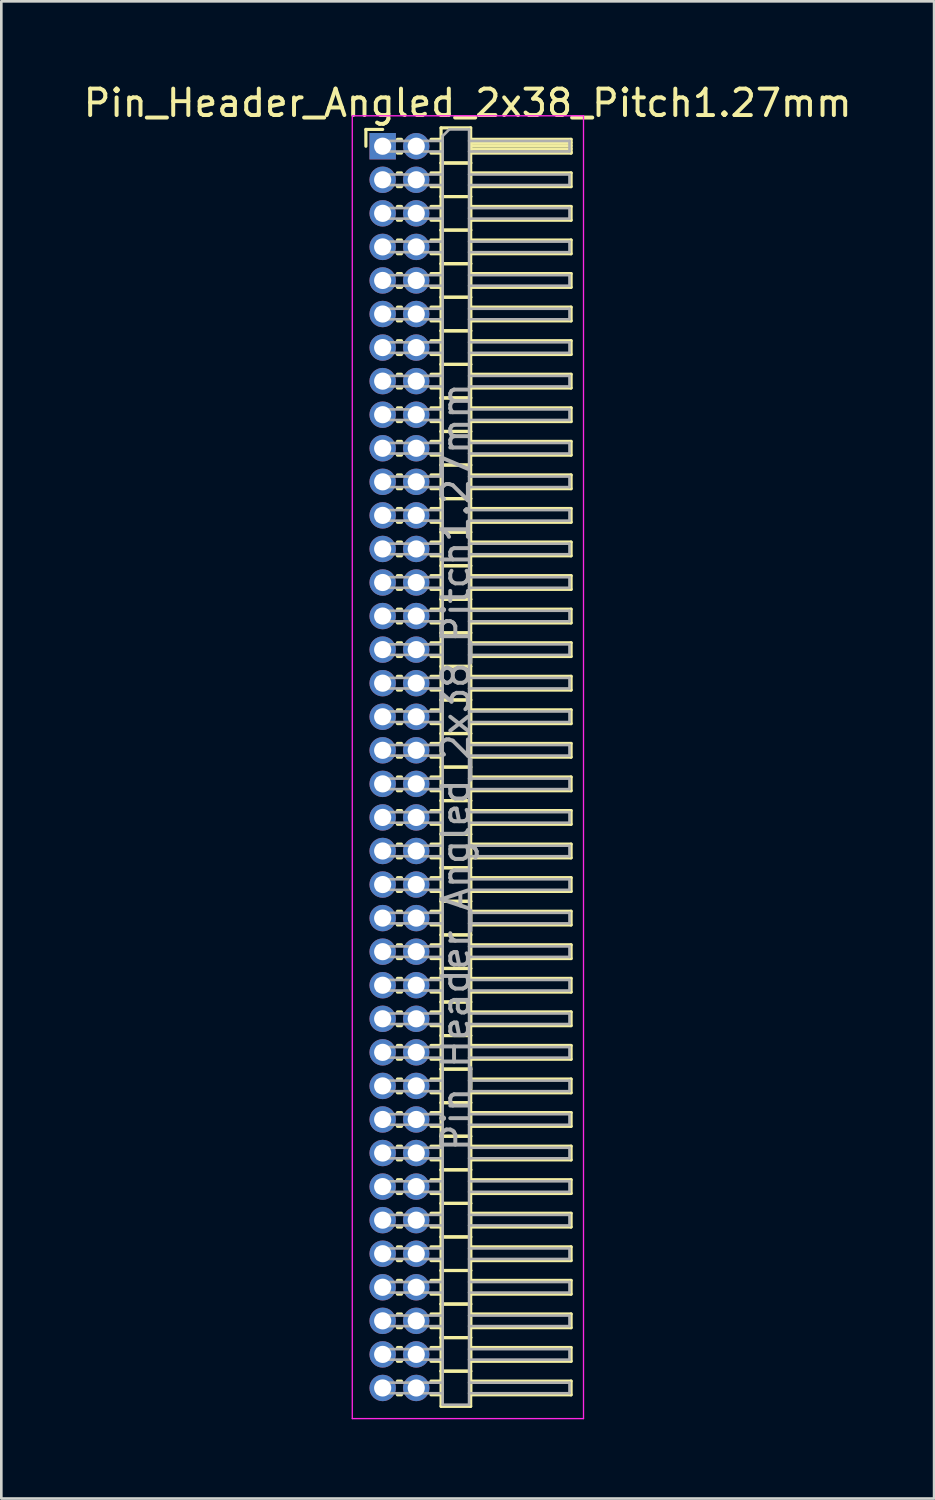
<source format=kicad_pcb>
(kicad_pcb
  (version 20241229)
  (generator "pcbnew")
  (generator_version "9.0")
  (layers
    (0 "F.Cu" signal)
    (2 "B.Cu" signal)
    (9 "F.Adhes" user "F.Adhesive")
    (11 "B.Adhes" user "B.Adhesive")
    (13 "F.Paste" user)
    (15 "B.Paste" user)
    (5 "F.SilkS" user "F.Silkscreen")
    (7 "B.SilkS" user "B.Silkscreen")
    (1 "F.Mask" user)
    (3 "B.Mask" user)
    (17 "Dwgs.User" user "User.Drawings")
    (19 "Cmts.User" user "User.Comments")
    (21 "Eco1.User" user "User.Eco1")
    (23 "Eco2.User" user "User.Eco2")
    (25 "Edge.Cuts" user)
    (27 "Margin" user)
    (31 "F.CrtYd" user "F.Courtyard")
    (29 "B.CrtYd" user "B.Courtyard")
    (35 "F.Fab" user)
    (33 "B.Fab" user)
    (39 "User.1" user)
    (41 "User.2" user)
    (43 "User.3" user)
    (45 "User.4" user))
  (footprint "Pin_Header_Angled_2x38_Pitch1.27mm"
    (layer "F.Cu")
    (at 11.431 2.483)
    (property "Reference" "Pin_Header_Angled_2x38_Pitch1.27mm" (at 3.217 -1.635 0) (layer "F.SilkS") (effects (font (size 1 1) (thickness 0.15))))
    (attr through_hole)
    (fp_line (start -0.635 -0.635) (end 0 -0.635) (stroke (width 0.12) (type solid)) (layer "F.SilkS"))
    (fp_line (start -0.635 0) (end -0.635 -0.635) (stroke (width 0.12) (type solid)) (layer "F.SilkS"))
    (fp_line (start 0.56 -0.26) (end 0.71 -0.26) (stroke (width 0.12) (type solid)) (layer "F.SilkS"))
    (fp_line (start 0.56 0.26) (end 0.71 0.26) (stroke (width 0.12) (type solid)) (layer "F.SilkS"))
    (fp_line (start 0.56 1.01) (end 0.71 1.01) (stroke (width 0.12) (type solid)) (layer "F.SilkS"))
    (fp_line (start 0.56 1.53) (end 0.71 1.53) (stroke (width 0.12) (type solid)) (layer "F.SilkS"))
    (fp_line (start 0.56 2.28) (end 0.71 2.28) (stroke (width 0.12) (type solid)) (layer "F.SilkS"))
    (fp_line (start 0.56 2.8) (end 0.71 2.8) (stroke (width 0.12) (type solid)) (layer "F.SilkS"))
    (fp_line (start 0.56 3.55) (end 0.71 3.55) (stroke (width 0.12) (type solid)) (layer "F.SilkS"))
    (fp_line (start 0.56 4.07) (end 0.71 4.07) (stroke (width 0.12) (type solid)) (layer "F.SilkS"))
    (fp_line (start 0.56 4.82) (end 0.71 4.82) (stroke (width 0.12) (type solid)) (layer "F.SilkS"))
    (fp_line (start 0.56 5.34) (end 0.71 5.34) (stroke (width 0.12) (type solid)) (layer "F.SilkS"))
    (fp_line (start 0.56 6.09) (end 0.71 6.09) (stroke (width 0.12) (type solid)) (layer "F.SilkS"))
    (fp_line (start 0.56 6.61) (end 0.71 6.61) (stroke (width 0.12) (type solid)) (layer "F.SilkS"))
    (fp_line (start 0.56 7.36) (end 0.71 7.36) (stroke (width 0.12) (type solid)) (layer "F.SilkS"))
    (fp_line (start 0.56 7.88) (end 0.71 7.88) (stroke (width 0.12) (type solid)) (layer "F.SilkS"))
    (fp_line (start 0.56 8.63) (end 0.71 8.63) (stroke (width 0.12) (type solid)) (layer "F.SilkS"))
    (fp_line (start 0.56 9.15) (end 0.71 9.15) (stroke (width 0.12) (type solid)) (layer "F.SilkS"))
    (fp_line (start 0.56 9.9) (end 0.71 9.9) (stroke (width 0.12) (type solid)) (layer "F.SilkS"))
    (fp_line (start 0.56 10.42) (end 0.71 10.42) (stroke (width 0.12) (type solid)) (layer "F.SilkS"))
    (fp_line (start 0.56 11.17) (end 0.71 11.17) (stroke (width 0.12) (type solid)) (layer "F.SilkS"))
    (fp_line (start 0.56 11.69) (end 0.71 11.69) (stroke (width 0.12) (type solid)) (layer "F.SilkS"))
    (fp_line (start 0.56 12.44) (end 0.71 12.44) (stroke (width 0.12) (type solid)) (layer "F.SilkS"))
    (fp_line (start 0.56 12.96) (end 0.71 12.96) (stroke (width 0.12) (type solid)) (layer "F.SilkS"))
    (fp_line (start 0.56 13.71) (end 0.71 13.71) (stroke (width 0.12) (type solid)) (layer "F.SilkS"))
    (fp_line (start 0.56 14.23) (end 0.71 14.23) (stroke (width 0.12) (type solid)) (layer "F.SilkS"))
    (fp_line (start 0.56 14.98) (end 0.71 14.98) (stroke (width 0.12) (type solid)) (layer "F.SilkS"))
    (fp_line (start 0.56 15.5) (end 0.71 15.5) (stroke (width 0.12) (type solid)) (layer "F.SilkS"))
    (fp_line (start 0.56 16.25) (end 0.71 16.25) (stroke (width 0.12) (type solid)) (layer "F.SilkS"))
    (fp_line (start 0.56 16.77) (end 0.71 16.77) (stroke (width 0.12) (type solid)) (layer "F.SilkS"))
    (fp_line (start 0.56 17.52) (end 0.71 17.52) (stroke (width 0.12) (type solid)) (layer "F.SilkS"))
    (fp_line (start 0.56 18.04) (end 0.71 18.04) (stroke (width 0.12) (type solid)) (layer "F.SilkS"))
    (fp_line (start 0.56 18.79) (end 0.71 18.79) (stroke (width 0.12) (type solid)) (layer "F.SilkS"))
    (fp_line (start 0.56 19.31) (end 0.71 19.31) (stroke (width 0.12) (type solid)) (layer "F.SilkS"))
    (fp_line (start 0.56 20.06) (end 0.71 20.06) (stroke (width 0.12) (type solid)) (layer "F.SilkS"))
    (fp_line (start 0.56 20.58) (end 0.71 20.58) (stroke (width 0.12) (type solid)) (layer "F.SilkS"))
    (fp_line (start 0.56 21.33) (end 0.71 21.33) (stroke (width 0.12) (type solid)) (layer "F.SilkS"))
    (fp_line (start 0.56 21.85) (end 0.71 21.85) (stroke (width 0.12) (type solid)) (layer "F.SilkS"))
    (fp_line (start 0.56 22.6) (end 0.71 22.6) (stroke (width 0.12) (type solid)) (layer "F.SilkS"))
    (fp_line (start 0.56 23.12) (end 0.71 23.12) (stroke (width 0.12) (type solid)) (layer "F.SilkS"))
    (fp_line (start 0.56 23.87) (end 0.71 23.87) (stroke (width 0.12) (type solid)) (layer "F.SilkS"))
    (fp_line (start 0.56 24.39) (end 0.71 24.39) (stroke (width 0.12) (type solid)) (layer "F.SilkS"))
    (fp_line (start 0.56 25.14) (end 0.71 25.14) (stroke (width 0.12) (type solid)) (layer "F.SilkS"))
    (fp_line (start 0.56 25.66) (end 0.71 25.66) (stroke (width 0.12) (type solid)) (layer "F.SilkS"))
    (fp_line (start 0.56 26.41) (end 0.71 26.41) (stroke (width 0.12) (type solid)) (layer "F.SilkS"))
    (fp_line (start 0.56 26.93) (end 0.71 26.93) (stroke (width 0.12) (type solid)) (layer "F.SilkS"))
    (fp_line (start 0.56 27.68) (end 0.71 27.68) (stroke (width 0.12) (type solid)) (layer "F.SilkS"))
    (fp_line (start 0.56 28.2) (end 0.71 28.2) (stroke (width 0.12) (type solid)) (layer "F.SilkS"))
    (fp_line (start 0.56 28.95) (end 0.71 28.95) (stroke (width 0.12) (type solid)) (layer "F.SilkS"))
    (fp_line (start 0.56 29.47) (end 0.71 29.47) (stroke (width 0.12) (type solid)) (layer "F.SilkS"))
    (fp_line (start 0.56 30.22) (end 0.71 30.22) (stroke (width 0.12) (type solid)) (layer "F.SilkS"))
    (fp_line (start 0.56 30.74) (end 0.71 30.74) (stroke (width 0.12) (type solid)) (layer "F.SilkS"))
    (fp_line (start 0.56 31.49) (end 0.71 31.49) (stroke (width 0.12) (type solid)) (layer "F.SilkS"))
    (fp_line (start 0.56 32.01) (end 0.71 32.01) (stroke (width 0.12) (type solid)) (layer "F.SilkS"))
    (fp_line (start 0.56 32.76) (end 0.71 32.76) (stroke (width 0.12) (type solid)) (layer "F.SilkS"))
    (fp_line (start 0.56 33.28) (end 0.71 33.28) (stroke (width 0.12) (type solid)) (layer "F.SilkS"))
    (fp_line (start 0.56 34.03) (end 0.71 34.03) (stroke (width 0.12) (type solid)) (layer "F.SilkS"))
    (fp_line (start 0.56 34.55) (end 0.71 34.55) (stroke (width 0.12) (type solid)) (layer "F.SilkS"))
    (fp_line (start 0.56 35.3) (end 0.71 35.3) (stroke (width 0.12) (type solid)) (layer "F.SilkS"))
    (fp_line (start 0.56 35.82) (end 0.71 35.82) (stroke (width 0.12) (type solid)) (layer "F.SilkS"))
    (fp_line (start 0.56 36.57) (end 0.71 36.57) (stroke (width 0.12) (type solid)) (layer "F.SilkS"))
    (fp_line (start 0.56 37.09) (end 0.71 37.09) (stroke (width 0.12) (type solid)) (layer "F.SilkS"))
    (fp_line (start 0.56 37.84) (end 0.71 37.84) (stroke (width 0.12) (type solid)) (layer "F.SilkS"))
    (fp_line (start 0.56 38.36) (end 0.71 38.36) (stroke (width 0.12) (type solid)) (layer "F.SilkS"))
    (fp_line (start 0.56 39.11) (end 0.71 39.11) (stroke (width 0.12) (type solid)) (layer "F.SilkS"))
    (fp_line (start 0.56 39.63) (end 0.71 39.63) (stroke (width 0.12) (type solid)) (layer "F.SilkS"))
    (fp_line (start 0.56 40.38) (end 0.71 40.38) (stroke (width 0.12) (type solid)) (layer "F.SilkS"))
    (fp_line (start 0.56 40.9) (end 0.71 40.9) (stroke (width 0.12) (type solid)) (layer "F.SilkS"))
    (fp_line (start 0.56 41.65) (end 0.71 41.65) (stroke (width 0.12) (type solid)) (layer "F.SilkS"))
    (fp_line (start 0.56 42.17) (end 0.71 42.17) (stroke (width 0.12) (type solid)) (layer "F.SilkS"))
    (fp_line (start 0.56 42.92) (end 0.71 42.92) (stroke (width 0.12) (type solid)) (layer "F.SilkS"))
    (fp_line (start 0.56 43.44) (end 0.71 43.44) (stroke (width 0.12) (type solid)) (layer "F.SilkS"))
    (fp_line (start 0.56 44.19) (end 0.71 44.19) (stroke (width 0.12) (type solid)) (layer "F.SilkS"))
    (fp_line (start 0.56 44.71) (end 0.71 44.71) (stroke (width 0.12) (type solid)) (layer "F.SilkS"))
    (fp_line (start 0.56 45.46) (end 0.71 45.46) (stroke (width 0.12) (type solid)) (layer "F.SilkS"))
    (fp_line (start 0.56 45.98) (end 0.71 45.98) (stroke (width 0.12) (type solid)) (layer "F.SilkS"))
    (fp_line (start 0.56 46.73) (end 0.71 46.73) (stroke (width 0.12) (type solid)) (layer "F.SilkS"))
    (fp_line (start 0.56 47.25) (end 0.71 47.25) (stroke (width 0.12) (type solid)) (layer "F.SilkS"))
    (fp_line (start 1.83 -0.26) (end 2.21 -0.26) (stroke (width 0.12) (type solid)) (layer "F.SilkS"))
    (fp_line (start 1.83 0.26) (end 2.21 0.26) (stroke (width 0.12) (type solid)) (layer "F.SilkS"))
    (fp_line (start 1.83 1.01) (end 2.21 1.01) (stroke (width 0.12) (type solid)) (layer "F.SilkS"))
    (fp_line (start 1.83 1.53) (end 2.21 1.53) (stroke (width 0.12) (type solid)) (layer "F.SilkS"))
    (fp_line (start 1.83 2.28) (end 2.21 2.28) (stroke (width 0.12) (type solid)) (layer "F.SilkS"))
    (fp_line (start 1.83 2.8) (end 2.21 2.8) (stroke (width 0.12) (type solid)) (layer "F.SilkS"))
    (fp_line (start 1.83 3.55) (end 2.21 3.55) (stroke (width 0.12) (type solid)) (layer "F.SilkS"))
    (fp_line (start 1.83 4.07) (end 2.21 4.07) (stroke (width 0.12) (type solid)) (layer "F.SilkS"))
    (fp_line (start 1.83 4.82) (end 2.21 4.82) (stroke (width 0.12) (type solid)) (layer "F.SilkS"))
    (fp_line (start 1.83 5.34) (end 2.21 5.34) (stroke (width 0.12) (type solid)) (layer "F.SilkS"))
    (fp_line (start 1.83 6.09) (end 2.21 6.09) (stroke (width 0.12) (type solid)) (layer "F.SilkS"))
    (fp_line (start 1.83 6.61) (end 2.21 6.61) (stroke (width 0.12) (type solid)) (layer "F.SilkS"))
    (fp_line (start 1.83 7.36) (end 2.21 7.36) (stroke (width 0.12) (type solid)) (layer "F.SilkS"))
    (fp_line (start 1.83 7.88) (end 2.21 7.88) (stroke (width 0.12) (type solid)) (layer "F.SilkS"))
    (fp_line (start 1.83 8.63) (end 2.21 8.63) (stroke (width 0.12) (type solid)) (layer "F.SilkS"))
    (fp_line (start 1.83 9.15) (end 2.21 9.15) (stroke (width 0.12) (type solid)) (layer "F.SilkS"))
    (fp_line (start 1.83 9.9) (end 2.21 9.9) (stroke (width 0.12) (type solid)) (layer "F.SilkS"))
    (fp_line (start 1.83 10.42) (end 2.21 10.42) (stroke (width 0.12) (type solid)) (layer "F.SilkS"))
    (fp_line (start 1.83 11.17) (end 2.21 11.17) (stroke (width 0.12) (type solid)) (layer "F.SilkS"))
    (fp_line (start 1.83 11.69) (end 2.21 11.69) (stroke (width 0.12) (type solid)) (layer "F.SilkS"))
    (fp_line (start 1.83 12.44) (end 2.21 12.44) (stroke (width 0.12) (type solid)) (layer "F.SilkS"))
    (fp_line (start 1.83 12.96) (end 2.21 12.96) (stroke (width 0.12) (type solid)) (layer "F.SilkS"))
    (fp_line (start 1.83 13.71) (end 2.21 13.71) (stroke (width 0.12) (type solid)) (layer "F.SilkS"))
    (fp_line (start 1.83 14.23) (end 2.21 14.23) (stroke (width 0.12) (type solid)) (layer "F.SilkS"))
    (fp_line (start 1.83 14.98) (end 2.21 14.98) (stroke (width 0.12) (type solid)) (layer "F.SilkS"))
    (fp_line (start 1.83 15.5) (end 2.21 15.5) (stroke (width 0.12) (type solid)) (layer "F.SilkS"))
    (fp_line (start 1.83 16.25) (end 2.21 16.25) (stroke (width 0.12) (type solid)) (layer "F.SilkS"))
    (fp_line (start 1.83 16.77) (end 2.21 16.77) (stroke (width 0.12) (type solid)) (layer "F.SilkS"))
    (fp_line (start 1.83 17.52) (end 2.21 17.52) (stroke (width 0.12) (type solid)) (layer "F.SilkS"))
    (fp_line (start 1.83 18.04) (end 2.21 18.04) (stroke (width 0.12) (type solid)) (layer "F.SilkS"))
    (fp_line (start 1.83 18.79) (end 2.21 18.79) (stroke (width 0.12) (type solid)) (layer "F.SilkS"))
    (fp_line (start 1.83 19.31) (end 2.21 19.31) (stroke (width 0.12) (type solid)) (layer "F.SilkS"))
    (fp_line (start 1.83 20.06) (end 2.21 20.06) (stroke (width 0.12) (type solid)) (layer "F.SilkS"))
    (fp_line (start 1.83 20.58) (end 2.21 20.58) (stroke (width 0.12) (type solid)) (layer "F.SilkS"))
    (fp_line (start 1.83 21.33) (end 2.21 21.33) (stroke (width 0.12) (type solid)) (layer "F.SilkS"))
    (fp_line (start 1.83 21.85) (end 2.21 21.85) (stroke (width 0.12) (type solid)) (layer "F.SilkS"))
    (fp_line (start 1.83 22.6) (end 2.21 22.6) (stroke (width 0.12) (type solid)) (layer "F.SilkS"))
    (fp_line (start 1.83 23.12) (end 2.21 23.12) (stroke (width 0.12) (type solid)) (layer "F.SilkS"))
    (fp_line (start 1.83 23.87) (end 2.21 23.87) (stroke (width 0.12) (type solid)) (layer "F.SilkS"))
    (fp_line (start 1.83 24.39) (end 2.21 24.39) (stroke (width 0.12) (type solid)) (layer "F.SilkS"))
    (fp_line (start 1.83 25.14) (end 2.21 25.14) (stroke (width 0.12) (type solid)) (layer "F.SilkS"))
    (fp_line (start 1.83 25.66) (end 2.21 25.66) (stroke (width 0.12) (type solid)) (layer "F.SilkS"))
    (fp_line (start 1.83 26.41) (end 2.21 26.41) (stroke (width 0.12) (type solid)) (layer "F.SilkS"))
    (fp_line (start 1.83 26.93) (end 2.21 26.93) (stroke (width 0.12) (type solid)) (layer "F.SilkS"))
    (fp_line (start 1.83 27.68) (end 2.21 27.68) (stroke (width 0.12) (type solid)) (layer "F.SilkS"))
    (fp_line (start 1.83 28.2) (end 2.21 28.2) (stroke (width 0.12) (type solid)) (layer "F.SilkS"))
    (fp_line (start 1.83 28.95) (end 2.21 28.95) (stroke (width 0.12) (type solid)) (layer "F.SilkS"))
    (fp_line (start 1.83 29.47) (end 2.21 29.47) (stroke (width 0.12) (type solid)) (layer "F.SilkS"))
    (fp_line (start 1.83 30.22) (end 2.21 30.22) (stroke (width 0.12) (type solid)) (layer "F.SilkS"))
    (fp_line (start 1.83 30.74) (end 2.21 30.74) (stroke (width 0.12) (type solid)) (layer "F.SilkS"))
    (fp_line (start 1.83 31.49) (end 2.21 31.49) (stroke (width 0.12) (type solid)) (layer "F.SilkS"))
    (fp_line (start 1.83 32.01) (end 2.21 32.01) (stroke (width 0.12) (type solid)) (layer "F.SilkS"))
    (fp_line (start 1.83 32.76) (end 2.21 32.76) (stroke (width 0.12) (type solid)) (layer "F.SilkS"))
    (fp_line (start 1.83 33.28) (end 2.21 33.28) (stroke (width 0.12) (type solid)) (layer "F.SilkS"))
    (fp_line (start 1.83 34.03) (end 2.21 34.03) (stroke (width 0.12) (type solid)) (layer "F.SilkS"))
    (fp_line (start 1.83 34.55) (end 2.21 34.55) (stroke (width 0.12) (type solid)) (layer "F.SilkS"))
    (fp_line (start 1.83 35.3) (end 2.21 35.3) (stroke (width 0.12) (type solid)) (layer "F.SilkS"))
    (fp_line (start 1.83 35.82) (end 2.21 35.82) (stroke (width 0.12) (type solid)) (layer "F.SilkS"))
    (fp_line (start 1.83 36.57) (end 2.21 36.57) (stroke (width 0.12) (type solid)) (layer "F.SilkS"))
    (fp_line (start 1.83 37.09) (end 2.21 37.09) (stroke (width 0.12) (type solid)) (layer "F.SilkS"))
    (fp_line (start 1.83 37.84) (end 2.21 37.84) (stroke (width 0.12) (type solid)) (layer "F.SilkS"))
    (fp_line (start 1.83 38.36) (end 2.21 38.36) (stroke (width 0.12) (type solid)) (layer "F.SilkS"))
    (fp_line (start 1.83 39.11) (end 2.21 39.11) (stroke (width 0.12) (type solid)) (layer "F.SilkS"))
    (fp_line (start 1.83 39.63) (end 2.21 39.63) (stroke (width 0.12) (type solid)) (layer "F.SilkS"))
    (fp_line (start 1.83 40.38) (end 2.21 40.38) (stroke (width 0.12) (type solid)) (layer "F.SilkS"))
    (fp_line (start 1.83 40.9) (end 2.21 40.9) (stroke (width 0.12) (type solid)) (layer "F.SilkS"))
    (fp_line (start 1.83 41.65) (end 2.21 41.65) (stroke (width 0.12) (type solid)) (layer "F.SilkS"))
    (fp_line (start 1.83 42.17) (end 2.21 42.17) (stroke (width 0.12) (type solid)) (layer "F.SilkS"))
    (fp_line (start 1.83 42.92) (end 2.21 42.92) (stroke (width 0.12) (type solid)) (layer "F.SilkS"))
    (fp_line (start 1.83 43.44) (end 2.21 43.44) (stroke (width 0.12) (type solid)) (layer "F.SilkS"))
    (fp_line (start 1.83 44.19) (end 2.21 44.19) (stroke (width 0.12) (type solid)) (layer "F.SilkS"))
    (fp_line (start 1.83 44.71) (end 2.21 44.71) (stroke (width 0.12) (type solid)) (layer "F.SilkS"))
    (fp_line (start 1.83 45.46) (end 2.21 45.46) (stroke (width 0.12) (type solid)) (layer "F.SilkS"))
    (fp_line (start 1.83 45.98) (end 2.21 45.98) (stroke (width 0.12) (type solid)) (layer "F.SilkS"))
    (fp_line (start 1.83 46.73) (end 2.21 46.73) (stroke (width 0.12) (type solid)) (layer "F.SilkS"))
    (fp_line (start 1.83 47.25) (end 2.21 47.25) (stroke (width 0.12) (type solid)) (layer "F.SilkS"))
    (fp_line (start 2.21 -0.695) (end 2.21 0.635) (stroke (width 0.12) (type solid)) (layer "F.SilkS"))
    (fp_line (start 2.21 0.635) (end 2.21 1.905) (stroke (width 0.12) (type solid)) (layer "F.SilkS"))
    (fp_line (start 2.21 0.635) (end 3.33 0.635) (stroke (width 0.12) (type solid)) (layer "F.SilkS"))
    (fp_line (start 2.21 1.905) (end 2.21 3.175) (stroke (width 0.12) (type solid)) (layer "F.SilkS"))
    (fp_line (start 2.21 1.905) (end 3.33 1.905) (stroke (width 0.12) (type solid)) (layer "F.SilkS"))
    (fp_line (start 2.21 3.175) (end 2.21 4.445) (stroke (width 0.12) (type solid)) (layer "F.SilkS"))
    (fp_line (start 2.21 3.175) (end 3.33 3.175) (stroke (width 0.12) (type solid)) (layer "F.SilkS"))
    (fp_line (start 2.21 4.445) (end 2.21 5.715) (stroke (width 0.12) (type solid)) (layer "F.SilkS"))
    (fp_line (start 2.21 4.445) (end 3.33 4.445) (stroke (width 0.12) (type solid)) (layer "F.SilkS"))
    (fp_line (start 2.21 5.715) (end 2.21 6.985) (stroke (width 0.12) (type solid)) (layer "F.SilkS"))
    (fp_line (start 2.21 5.715) (end 3.33 5.715) (stroke (width 0.12) (type solid)) (layer "F.SilkS"))
    (fp_line (start 2.21 6.985) (end 2.21 8.255) (stroke (width 0.12) (type solid)) (layer "F.SilkS"))
    (fp_line (start 2.21 6.985) (end 3.33 6.985) (stroke (width 0.12) (type solid)) (layer "F.SilkS"))
    (fp_line (start 2.21 8.255) (end 2.21 9.525) (stroke (width 0.12) (type solid)) (layer "F.SilkS"))
    (fp_line (start 2.21 8.255) (end 3.33 8.255) (stroke (width 0.12) (type solid)) (layer "F.SilkS"))
    (fp_line (start 2.21 9.525) (end 2.21 10.795) (stroke (width 0.12) (type solid)) (layer "F.SilkS"))
    (fp_line (start 2.21 9.525) (end 3.33 9.525) (stroke (width 0.12) (type solid)) (layer "F.SilkS"))
    (fp_line (start 2.21 10.795) (end 2.21 12.065) (stroke (width 0.12) (type solid)) (layer "F.SilkS"))
    (fp_line (start 2.21 10.795) (end 3.33 10.795) (stroke (width 0.12) (type solid)) (layer "F.SilkS"))
    (fp_line (start 2.21 12.065) (end 2.21 13.335) (stroke (width 0.12) (type solid)) (layer "F.SilkS"))
    (fp_line (start 2.21 12.065) (end 3.33 12.065) (stroke (width 0.12) (type solid)) (layer "F.SilkS"))
    (fp_line (start 2.21 13.335) (end 2.21 14.605) (stroke (width 0.12) (type solid)) (layer "F.SilkS"))
    (fp_line (start 2.21 13.335) (end 3.33 13.335) (stroke (width 0.12) (type solid)) (layer "F.SilkS"))
    (fp_line (start 2.21 14.605) (end 2.21 15.875) (stroke (width 0.12) (type solid)) (layer "F.SilkS"))
    (fp_line (start 2.21 14.605) (end 3.33 14.605) (stroke (width 0.12) (type solid)) (layer "F.SilkS"))
    (fp_line (start 2.21 15.875) (end 2.21 17.145) (stroke (width 0.12) (type solid)) (layer "F.SilkS"))
    (fp_line (start 2.21 15.875) (end 3.33 15.875) (stroke (width 0.12) (type solid)) (layer "F.SilkS"))
    (fp_line (start 2.21 17.145) (end 2.21 18.415) (stroke (width 0.12) (type solid)) (layer "F.SilkS"))
    (fp_line (start 2.21 17.145) (end 3.33 17.145) (stroke (width 0.12) (type solid)) (layer "F.SilkS"))
    (fp_line (start 2.21 18.415) (end 2.21 19.685) (stroke (width 0.12) (type solid)) (layer "F.SilkS"))
    (fp_line (start 2.21 18.415) (end 3.33 18.415) (stroke (width 0.12) (type solid)) (layer "F.SilkS"))
    (fp_line (start 2.21 19.685) (end 2.21 20.955) (stroke (width 0.12) (type solid)) (layer "F.SilkS"))
    (fp_line (start 2.21 19.685) (end 3.33 19.685) (stroke (width 0.12) (type solid)) (layer "F.SilkS"))
    (fp_line (start 2.21 20.955) (end 2.21 22.225) (stroke (width 0.12) (type solid)) (layer "F.SilkS"))
    (fp_line (start 2.21 20.955) (end 3.33 20.955) (stroke (width 0.12) (type solid)) (layer "F.SilkS"))
    (fp_line (start 2.21 22.225) (end 2.21 23.495) (stroke (width 0.12) (type solid)) (layer "F.SilkS"))
    (fp_line (start 2.21 22.225) (end 3.33 22.225) (stroke (width 0.12) (type solid)) (layer "F.SilkS"))
    (fp_line (start 2.21 23.495) (end 2.21 24.765) (stroke (width 0.12) (type solid)) (layer "F.SilkS"))
    (fp_line (start 2.21 23.495) (end 3.33 23.495) (stroke (width 0.12) (type solid)) (layer "F.SilkS"))
    (fp_line (start 2.21 24.765) (end 2.21 26.035) (stroke (width 0.12) (type solid)) (layer "F.SilkS"))
    (fp_line (start 2.21 24.765) (end 3.33 24.765) (stroke (width 0.12) (type solid)) (layer "F.SilkS"))
    (fp_line (start 2.21 26.035) (end 2.21 27.305) (stroke (width 0.12) (type solid)) (layer "F.SilkS"))
    (fp_line (start 2.21 26.035) (end 3.33 26.035) (stroke (width 0.12) (type solid)) (layer "F.SilkS"))
    (fp_line (start 2.21 27.305) (end 2.21 28.575) (stroke (width 0.12) (type solid)) (layer "F.SilkS"))
    (fp_line (start 2.21 27.305) (end 3.33 27.305) (stroke (width 0.12) (type solid)) (layer "F.SilkS"))
    (fp_line (start 2.21 28.575) (end 2.21 29.845) (stroke (width 0.12) (type solid)) (layer "F.SilkS"))
    (fp_line (start 2.21 28.575) (end 3.33 28.575) (stroke (width 0.12) (type solid)) (layer "F.SilkS"))
    (fp_line (start 2.21 29.845) (end 2.21 31.115) (stroke (width 0.12) (type solid)) (layer "F.SilkS"))
    (fp_line (start 2.21 29.845) (end 3.33 29.845) (stroke (width 0.12) (type solid)) (layer "F.SilkS"))
    (fp_line (start 2.21 31.115) (end 2.21 32.385) (stroke (width 0.12) (type solid)) (layer "F.SilkS"))
    (fp_line (start 2.21 31.115) (end 3.33 31.115) (stroke (width 0.12) (type solid)) (layer "F.SilkS"))
    (fp_line (start 2.21 32.385) (end 2.21 33.655) (stroke (width 0.12) (type solid)) (layer "F.SilkS"))
    (fp_line (start 2.21 32.385) (end 3.33 32.385) (stroke (width 0.12) (type solid)) (layer "F.SilkS"))
    (fp_line (start 2.21 33.655) (end 2.21 34.925) (stroke (width 0.12) (type solid)) (layer "F.SilkS"))
    (fp_line (start 2.21 33.655) (end 3.33 33.655) (stroke (width 0.12) (type solid)) (layer "F.SilkS"))
    (fp_line (start 2.21 34.925) (end 2.21 36.195) (stroke (width 0.12) (type solid)) (layer "F.SilkS"))
    (fp_line (start 2.21 34.925) (end 3.33 34.925) (stroke (width 0.12) (type solid)) (layer "F.SilkS"))
    (fp_line (start 2.21 36.195) (end 2.21 37.465) (stroke (width 0.12) (type solid)) (layer "F.SilkS"))
    (fp_line (start 2.21 36.195) (end 3.33 36.195) (stroke (width 0.12) (type solid)) (layer "F.SilkS"))
    (fp_line (start 2.21 37.465) (end 2.21 38.735) (stroke (width 0.12) (type solid)) (layer "F.SilkS"))
    (fp_line (start 2.21 37.465) (end 3.33 37.465) (stroke (width 0.12) (type solid)) (layer "F.SilkS"))
    (fp_line (start 2.21 38.735) (end 2.21 40.005) (stroke (width 0.12) (type solid)) (layer "F.SilkS"))
    (fp_line (start 2.21 38.735) (end 3.33 38.735) (stroke (width 0.12) (type solid)) (layer "F.SilkS"))
    (fp_line (start 2.21 40.005) (end 2.21 41.275) (stroke (width 0.12) (type solid)) (layer "F.SilkS"))
    (fp_line (start 2.21 40.005) (end 3.33 40.005) (stroke (width 0.12) (type solid)) (layer "F.SilkS"))
    (fp_line (start 2.21 41.275) (end 2.21 42.545) (stroke (width 0.12) (type solid)) (layer "F.SilkS"))
    (fp_line (start 2.21 41.275) (end 3.33 41.275) (stroke (width 0.12) (type solid)) (layer "F.SilkS"))
    (fp_line (start 2.21 42.545) (end 2.21 43.815) (stroke (width 0.12) (type solid)) (layer "F.SilkS"))
    (fp_line (start 2.21 42.545) (end 3.33 42.545) (stroke (width 0.12) (type solid)) (layer "F.SilkS"))
    (fp_line (start 2.21 43.815) (end 2.21 45.085) (stroke (width 0.12) (type solid)) (layer "F.SilkS"))
    (fp_line (start 2.21 43.815) (end 3.33 43.815) (stroke (width 0.12) (type solid)) (layer "F.SilkS"))
    (fp_line (start 2.21 45.085) (end 2.21 46.355) (stroke (width 0.12) (type solid)) (layer "F.SilkS"))
    (fp_line (start 2.21 45.085) (end 3.33 45.085) (stroke (width 0.12) (type solid)) (layer "F.SilkS"))
    (fp_line (start 2.21 46.355) (end 2.21 47.685) (stroke (width 0.12) (type solid)) (layer "F.SilkS"))
    (fp_line (start 2.21 46.355) (end 3.33 46.355) (stroke (width 0.12) (type solid)) (layer "F.SilkS"))
    (fp_line (start 2.21 47.685) (end 3.33 47.685) (stroke (width 0.12) (type solid)) (layer "F.SilkS"))
    (fp_line (start 3.33 -0.695) (end 2.21 -0.695) (stroke (width 0.12) (type solid)) (layer "F.SilkS"))
    (fp_line (start 3.33 -0.26) (end 3.33 0.26) (stroke (width 0.12) (type solid)) (layer "F.SilkS"))
    (fp_line (start 3.33 -0.14) (end 7.13 -0.14) (stroke (width 0.12) (type solid)) (layer "F.SilkS"))
    (fp_line (start 3.33 -0.02) (end 7.13 -0.02) (stroke (width 0.12) (type solid)) (layer "F.SilkS"))
    (fp_line (start 3.33 0.1) (end 7.13 0.1) (stroke (width 0.12) (type solid)) (layer "F.SilkS"))
    (fp_line (start 3.33 0.22) (end 7.13 0.22) (stroke (width 0.12) (type solid)) (layer "F.SilkS"))
    (fp_line (start 3.33 0.26) (end 7.13 0.26) (stroke (width 0.12) (type solid)) (layer "F.SilkS"))
    (fp_line (start 3.33 0.635) (end 2.21 0.635) (stroke (width 0.12) (type solid)) (layer "F.SilkS"))
    (fp_line (start 3.33 0.635) (end 3.33 -0.695) (stroke (width 0.12) (type solid)) (layer "F.SilkS"))
    (fp_line (start 3.33 1.01) (end 3.33 1.53) (stroke (width 0.12) (type solid)) (layer "F.SilkS"))
    (fp_line (start 3.33 1.53) (end 7.13 1.53) (stroke (width 0.12) (type solid)) (layer "F.SilkS"))
    (fp_line (start 3.33 1.905) (end 2.21 1.905) (stroke (width 0.12) (type solid)) (layer "F.SilkS"))
    (fp_line (start 3.33 1.905) (end 3.33 0.635) (stroke (width 0.12) (type solid)) (layer "F.SilkS"))
    (fp_line (start 3.33 2.28) (end 3.33 2.8) (stroke (width 0.12) (type solid)) (layer "F.SilkS"))
    (fp_line (start 3.33 2.8) (end 7.13 2.8) (stroke (width 0.12) (type solid)) (layer "F.SilkS"))
    (fp_line (start 3.33 3.175) (end 2.21 3.175) (stroke (width 0.12) (type solid)) (layer "F.SilkS"))
    (fp_line (start 3.33 3.175) (end 3.33 1.905) (stroke (width 0.12) (type solid)) (layer "F.SilkS"))
    (fp_line (start 3.33 3.55) (end 3.33 4.07) (stroke (width 0.12) (type solid)) (layer "F.SilkS"))
    (fp_line (start 3.33 4.07) (end 7.13 4.07) (stroke (width 0.12) (type solid)) (layer "F.SilkS"))
    (fp_line (start 3.33 4.445) (end 2.21 4.445) (stroke (width 0.12) (type solid)) (layer "F.SilkS"))
    (fp_line (start 3.33 4.445) (end 3.33 3.175) (stroke (width 0.12) (type solid)) (layer "F.SilkS"))
    (fp_line (start 3.33 4.82) (end 3.33 5.34) (stroke (width 0.12) (type solid)) (layer "F.SilkS"))
    (fp_line (start 3.33 5.34) (end 7.13 5.34) (stroke (width 0.12) (type solid)) (layer "F.SilkS"))
    (fp_line (start 3.33 5.715) (end 2.21 5.715) (stroke (width 0.12) (type solid)) (layer "F.SilkS"))
    (fp_line (start 3.33 5.715) (end 3.33 4.445) (stroke (width 0.12) (type solid)) (layer "F.SilkS"))
    (fp_line (start 3.33 6.09) (end 3.33 6.61) (stroke (width 0.12) (type solid)) (layer "F.SilkS"))
    (fp_line (start 3.33 6.61) (end 7.13 6.61) (stroke (width 0.12) (type solid)) (layer "F.SilkS"))
    (fp_line (start 3.33 6.985) (end 2.21 6.985) (stroke (width 0.12) (type solid)) (layer "F.SilkS"))
    (fp_line (start 3.33 6.985) (end 3.33 5.715) (stroke (width 0.12) (type solid)) (layer "F.SilkS"))
    (fp_line (start 3.33 7.36) (end 3.33 7.88) (stroke (width 0.12) (type solid)) (layer "F.SilkS"))
    (fp_line (start 3.33 7.88) (end 7.13 7.88) (stroke (width 0.12) (type solid)) (layer "F.SilkS"))
    (fp_line (start 3.33 8.255) (end 2.21 8.255) (stroke (width 0.12) (type solid)) (layer "F.SilkS"))
    (fp_line (start 3.33 8.255) (end 3.33 6.985) (stroke (width 0.12) (type solid)) (layer "F.SilkS"))
    (fp_line (start 3.33 8.63) (end 3.33 9.15) (stroke (width 0.12) (type solid)) (layer "F.SilkS"))
    (fp_line (start 3.33 9.15) (end 7.13 9.15) (stroke (width 0.12) (type solid)) (layer "F.SilkS"))
    (fp_line (start 3.33 9.525) (end 2.21 9.525) (stroke (width 0.12) (type solid)) (layer "F.SilkS"))
    (fp_line (start 3.33 9.525) (end 3.33 8.255) (stroke (width 0.12) (type solid)) (layer "F.SilkS"))
    (fp_line (start 3.33 9.9) (end 3.33 10.42) (stroke (width 0.12) (type solid)) (layer "F.SilkS"))
    (fp_line (start 3.33 10.42) (end 7.13 10.42) (stroke (width 0.12) (type solid)) (layer "F.SilkS"))
    (fp_line (start 3.33 10.795) (end 2.21 10.795) (stroke (width 0.12) (type solid)) (layer "F.SilkS"))
    (fp_line (start 3.33 10.795) (end 3.33 9.525) (stroke (width 0.12) (type solid)) (layer "F.SilkS"))
    (fp_line (start 3.33 11.17) (end 3.33 11.69) (stroke (width 0.12) (type solid)) (layer "F.SilkS"))
    (fp_line (start 3.33 11.69) (end 7.13 11.69) (stroke (width 0.12) (type solid)) (layer "F.SilkS"))
    (fp_line (start 3.33 12.065) (end 2.21 12.065) (stroke (width 0.12) (type solid)) (layer "F.SilkS"))
    (fp_line (start 3.33 12.065) (end 3.33 10.795) (stroke (width 0.12) (type solid)) (layer "F.SilkS"))
    (fp_line (start 3.33 12.44) (end 3.33 12.96) (stroke (width 0.12) (type solid)) (layer "F.SilkS"))
    (fp_line (start 3.33 12.96) (end 7.13 12.96) (stroke (width 0.12) (type solid)) (layer "F.SilkS"))
    (fp_line (start 3.33 13.335) (end 2.21 13.335) (stroke (width 0.12) (type solid)) (layer "F.SilkS"))
    (fp_line (start 3.33 13.335) (end 3.33 12.065) (stroke (width 0.12) (type solid)) (layer "F.SilkS"))
    (fp_line (start 3.33 13.71) (end 3.33 14.23) (stroke (width 0.12) (type solid)) (layer "F.SilkS"))
    (fp_line (start 3.33 14.23) (end 7.13 14.23) (stroke (width 0.12) (type solid)) (layer "F.SilkS"))
    (fp_line (start 3.33 14.605) (end 2.21 14.605) (stroke (width 0.12) (type solid)) (layer "F.SilkS"))
    (fp_line (start 3.33 14.605) (end 3.33 13.335) (stroke (width 0.12) (type solid)) (layer "F.SilkS"))
    (fp_line (start 3.33 14.98) (end 3.33 15.5) (stroke (width 0.12) (type solid)) (layer "F.SilkS"))
    (fp_line (start 3.33 15.5) (end 7.13 15.5) (stroke (width 0.12) (type solid)) (layer "F.SilkS"))
    (fp_line (start 3.33 15.875) (end 2.21 15.875) (stroke (width 0.12) (type solid)) (layer "F.SilkS"))
    (fp_line (start 3.33 15.875) (end 3.33 14.605) (stroke (width 0.12) (type solid)) (layer "F.SilkS"))
    (fp_line (start 3.33 16.25) (end 3.33 16.77) (stroke (width 0.12) (type solid)) (layer "F.SilkS"))
    (fp_line (start 3.33 16.77) (end 7.13 16.77) (stroke (width 0.12) (type solid)) (layer "F.SilkS"))
    (fp_line (start 3.33 17.145) (end 2.21 17.145) (stroke (width 0.12) (type solid)) (layer "F.SilkS"))
    (fp_line (start 3.33 17.145) (end 3.33 15.875) (stroke (width 0.12) (type solid)) (layer "F.SilkS"))
    (fp_line (start 3.33 17.52) (end 3.33 18.04) (stroke (width 0.12) (type solid)) (layer "F.SilkS"))
    (fp_line (start 3.33 18.04) (end 7.13 18.04) (stroke (width 0.12) (type solid)) (layer "F.SilkS"))
    (fp_line (start 3.33 18.415) (end 2.21 18.415) (stroke (width 0.12) (type solid)) (layer "F.SilkS"))
    (fp_line (start 3.33 18.415) (end 3.33 17.145) (stroke (width 0.12) (type solid)) (layer "F.SilkS"))
    (fp_line (start 3.33 18.79) (end 3.33 19.31) (stroke (width 0.12) (type solid)) (layer "F.SilkS"))
    (fp_line (start 3.33 19.31) (end 7.13 19.31) (stroke (width 0.12) (type solid)) (layer "F.SilkS"))
    (fp_line (start 3.33 19.685) (end 2.21 19.685) (stroke (width 0.12) (type solid)) (layer "F.SilkS"))
    (fp_line (start 3.33 19.685) (end 3.33 18.415) (stroke (width 0.12) (type solid)) (layer "F.SilkS"))
    (fp_line (start 3.33 20.06) (end 3.33 20.58) (stroke (width 0.12) (type solid)) (layer "F.SilkS"))
    (fp_line (start 3.33 20.58) (end 7.13 20.58) (stroke (width 0.12) (type solid)) (layer "F.SilkS"))
    (fp_line (start 3.33 20.955) (end 2.21 20.955) (stroke (width 0.12) (type solid)) (layer "F.SilkS"))
    (fp_line (start 3.33 20.955) (end 3.33 19.685) (stroke (width 0.12) (type solid)) (layer "F.SilkS"))
    (fp_line (start 3.33 21.33) (end 3.33 21.85) (stroke (width 0.12) (type solid)) (layer "F.SilkS"))
    (fp_line (start 3.33 21.85) (end 7.13 21.85) (stroke (width 0.12) (type solid)) (layer "F.SilkS"))
    (fp_line (start 3.33 22.225) (end 2.21 22.225) (stroke (width 0.12) (type solid)) (layer "F.SilkS"))
    (fp_line (start 3.33 22.225) (end 3.33 20.955) (stroke (width 0.12) (type solid)) (layer "F.SilkS"))
    (fp_line (start 3.33 22.6) (end 3.33 23.12) (stroke (width 0.12) (type solid)) (layer "F.SilkS"))
    (fp_line (start 3.33 23.12) (end 7.13 23.12) (stroke (width 0.12) (type solid)) (layer "F.SilkS"))
    (fp_line (start 3.33 23.495) (end 2.21 23.495) (stroke (width 0.12) (type solid)) (layer "F.SilkS"))
    (fp_line (start 3.33 23.495) (end 3.33 22.225) (stroke (width 0.12) (type solid)) (layer "F.SilkS"))
    (fp_line (start 3.33 23.87) (end 3.33 24.39) (stroke (width 0.12) (type solid)) (layer "F.SilkS"))
    (fp_line (start 3.33 24.39) (end 7.13 24.39) (stroke (width 0.12) (type solid)) (layer "F.SilkS"))
    (fp_line (start 3.33 24.765) (end 2.21 24.765) (stroke (width 0.12) (type solid)) (layer "F.SilkS"))
    (fp_line (start 3.33 24.765) (end 3.33 23.495) (stroke (width 0.12) (type solid)) (layer "F.SilkS"))
    (fp_line (start 3.33 25.14) (end 3.33 25.66) (stroke (width 0.12) (type solid)) (layer "F.SilkS"))
    (fp_line (start 3.33 25.66) (end 7.13 25.66) (stroke (width 0.12) (type solid)) (layer "F.SilkS"))
    (fp_line (start 3.33 26.035) (end 2.21 26.035) (stroke (width 0.12) (type solid)) (layer "F.SilkS"))
    (fp_line (start 3.33 26.035) (end 3.33 24.765) (stroke (width 0.12) (type solid)) (layer "F.SilkS"))
    (fp_line (start 3.33 26.41) (end 3.33 26.93) (stroke (width 0.12) (type solid)) (layer "F.SilkS"))
    (fp_line (start 3.33 26.93) (end 7.13 26.93) (stroke (width 0.12) (type solid)) (layer "F.SilkS"))
    (fp_line (start 3.33 27.305) (end 2.21 27.305) (stroke (width 0.12) (type solid)) (layer "F.SilkS"))
    (fp_line (start 3.33 27.305) (end 3.33 26.035) (stroke (width 0.12) (type solid)) (layer "F.SilkS"))
    (fp_line (start 3.33 27.68) (end 3.33 28.2) (stroke (width 0.12) (type solid)) (layer "F.SilkS"))
    (fp_line (start 3.33 28.2) (end 7.13 28.2) (stroke (width 0.12) (type solid)) (layer "F.SilkS"))
    (fp_line (start 3.33 28.575) (end 2.21 28.575) (stroke (width 0.12) (type solid)) (layer "F.SilkS"))
    (fp_line (start 3.33 28.575) (end 3.33 27.305) (stroke (width 0.12) (type solid)) (layer "F.SilkS"))
    (fp_line (start 3.33 28.95) (end 3.33 29.47) (stroke (width 0.12) (type solid)) (layer "F.SilkS"))
    (fp_line (start 3.33 29.47) (end 7.13 29.47) (stroke (width 0.12) (type solid)) (layer "F.SilkS"))
    (fp_line (start 3.33 29.845) (end 2.21 29.845) (stroke (width 0.12) (type solid)) (layer "F.SilkS"))
    (fp_line (start 3.33 29.845) (end 3.33 28.575) (stroke (width 0.12) (type solid)) (layer "F.SilkS"))
    (fp_line (start 3.33 30.22) (end 3.33 30.74) (stroke (width 0.12) (type solid)) (layer "F.SilkS"))
    (fp_line (start 3.33 30.74) (end 7.13 30.74) (stroke (width 0.12) (type solid)) (layer "F.SilkS"))
    (fp_line (start 3.33 31.115) (end 2.21 31.115) (stroke (width 0.12) (type solid)) (layer "F.SilkS"))
    (fp_line (start 3.33 31.115) (end 3.33 29.845) (stroke (width 0.12) (type solid)) (layer "F.SilkS"))
    (fp_line (start 3.33 31.49) (end 3.33 32.01) (stroke (width 0.12) (type solid)) (layer "F.SilkS"))
    (fp_line (start 3.33 32.01) (end 7.13 32.01) (stroke (width 0.12) (type solid)) (layer "F.SilkS"))
    (fp_line (start 3.33 32.385) (end 2.21 32.385) (stroke (width 0.12) (type solid)) (layer "F.SilkS"))
    (fp_line (start 3.33 32.385) (end 3.33 31.115) (stroke (width 0.12) (type solid)) (layer "F.SilkS"))
    (fp_line (start 3.33 32.76) (end 3.33 33.28) (stroke (width 0.12) (type solid)) (layer "F.SilkS"))
    (fp_line (start 3.33 33.28) (end 7.13 33.28) (stroke (width 0.12) (type solid)) (layer "F.SilkS"))
    (fp_line (start 3.33 33.655) (end 2.21 33.655) (stroke (width 0.12) (type solid)) (layer "F.SilkS"))
    (fp_line (start 3.33 33.655) (end 3.33 32.385) (stroke (width 0.12) (type solid)) (layer "F.SilkS"))
    (fp_line (start 3.33 34.03) (end 3.33 34.55) (stroke (width 0.12) (type solid)) (layer "F.SilkS"))
    (fp_line (start 3.33 34.55) (end 7.13 34.55) (stroke (width 0.12) (type solid)) (layer "F.SilkS"))
    (fp_line (start 3.33 34.925) (end 2.21 34.925) (stroke (width 0.12) (type solid)) (layer "F.SilkS"))
    (fp_line (start 3.33 34.925) (end 3.33 33.655) (stroke (width 0.12) (type solid)) (layer "F.SilkS"))
    (fp_line (start 3.33 35.3) (end 3.33 35.82) (stroke (width 0.12) (type solid)) (layer "F.SilkS"))
    (fp_line (start 3.33 35.82) (end 7.13 35.82) (stroke (width 0.12) (type solid)) (layer "F.SilkS"))
    (fp_line (start 3.33 36.195) (end 2.21 36.195) (stroke (width 0.12) (type solid)) (layer "F.SilkS"))
    (fp_line (start 3.33 36.195) (end 3.33 34.925) (stroke (width 0.12) (type solid)) (layer "F.SilkS"))
    (fp_line (start 3.33 36.57) (end 3.33 37.09) (stroke (width 0.12) (type solid)) (layer "F.SilkS"))
    (fp_line (start 3.33 37.09) (end 7.13 37.09) (stroke (width 0.12) (type solid)) (layer "F.SilkS"))
    (fp_line (start 3.33 37.465) (end 2.21 37.465) (stroke (width 0.12) (type solid)) (layer "F.SilkS"))
    (fp_line (start 3.33 37.465) (end 3.33 36.195) (stroke (width 0.12) (type solid)) (layer "F.SilkS"))
    (fp_line (start 3.33 37.84) (end 3.33 38.36) (stroke (width 0.12) (type solid)) (layer "F.SilkS"))
    (fp_line (start 3.33 38.36) (end 7.13 38.36) (stroke (width 0.12) (type solid)) (layer "F.SilkS"))
    (fp_line (start 3.33 38.735) (end 2.21 38.735) (stroke (width 0.12) (type solid)) (layer "F.SilkS"))
    (fp_line (start 3.33 38.735) (end 3.33 37.465) (stroke (width 0.12) (type solid)) (layer "F.SilkS"))
    (fp_line (start 3.33 39.11) (end 3.33 39.63) (stroke (width 0.12) (type solid)) (layer "F.SilkS"))
    (fp_line (start 3.33 39.63) (end 7.13 39.63) (stroke (width 0.12) (type solid)) (layer "F.SilkS"))
    (fp_line (start 3.33 40.005) (end 2.21 40.005) (stroke (width 0.12) (type solid)) (layer "F.SilkS"))
    (fp_line (start 3.33 40.005) (end 3.33 38.735) (stroke (width 0.12) (type solid)) (layer "F.SilkS"))
    (fp_line (start 3.33 40.38) (end 3.33 40.9) (stroke (width 0.12) (type solid)) (layer "F.SilkS"))
    (fp_line (start 3.33 40.9) (end 7.13 40.9) (stroke (width 0.12) (type solid)) (layer "F.SilkS"))
    (fp_line (start 3.33 41.275) (end 2.21 41.275) (stroke (width 0.12) (type solid)) (layer "F.SilkS"))
    (fp_line (start 3.33 41.275) (end 3.33 40.005) (stroke (width 0.12) (type solid)) (layer "F.SilkS"))
    (fp_line (start 3.33 41.65) (end 3.33 42.17) (stroke (width 0.12) (type solid)) (layer "F.SilkS"))
    (fp_line (start 3.33 42.17) (end 7.13 42.17) (stroke (width 0.12) (type solid)) (layer "F.SilkS"))
    (fp_line (start 3.33 42.545) (end 2.21 42.545) (stroke (width 0.12) (type solid)) (layer "F.SilkS"))
    (fp_line (start 3.33 42.545) (end 3.33 41.275) (stroke (width 0.12) (type solid)) (layer "F.SilkS"))
    (fp_line (start 3.33 42.92) (end 3.33 43.44) (stroke (width 0.12) (type solid)) (layer "F.SilkS"))
    (fp_line (start 3.33 43.44) (end 7.13 43.44) (stroke (width 0.12) (type solid)) (layer "F.SilkS"))
    (fp_line (start 3.33 43.815) (end 2.21 43.815) (stroke (width 0.12) (type solid)) (layer "F.SilkS"))
    (fp_line (start 3.33 43.815) (end 3.33 42.545) (stroke (width 0.12) (type solid)) (layer "F.SilkS"))
    (fp_line (start 3.33 44.19) (end 3.33 44.71) (stroke (width 0.12) (type solid)) (layer "F.SilkS"))
    (fp_line (start 3.33 44.71) (end 7.13 44.71) (stroke (width 0.12) (type solid)) (layer "F.SilkS"))
    (fp_line (start 3.33 45.085) (end 2.21 45.085) (stroke (width 0.12) (type solid)) (layer "F.SilkS"))
    (fp_line (start 3.33 45.085) (end 3.33 43.815) (stroke (width 0.12) (type solid)) (layer "F.SilkS"))
    (fp_line (start 3.33 45.46) (end 3.33 45.98) (stroke (width 0.12) (type solid)) (layer "F.SilkS"))
    (fp_line (start 3.33 45.98) (end 7.13 45.98) (stroke (width 0.12) (type solid)) (layer "F.SilkS"))
    (fp_line (start 3.33 46.355) (end 2.21 46.355) (stroke (width 0.12) (type solid)) (layer "F.SilkS"))
    (fp_line (start 3.33 46.355) (end 3.33 45.085) (stroke (width 0.12) (type solid)) (layer "F.SilkS"))
    (fp_line (start 3.33 46.73) (end 3.33 47.25) (stroke (width 0.12) (type solid)) (layer "F.SilkS"))
    (fp_line (start 3.33 47.25) (end 7.13 47.25) (stroke (width 0.12) (type solid)) (layer "F.SilkS"))
    (fp_line (start 3.33 47.685) (end 3.33 46.355) (stroke (width 0.12) (type solid)) (layer "F.SilkS"))
    (fp_line (start 7.13 -0.26) (end 3.33 -0.26) (stroke (width 0.12) (type solid)) (layer "F.SilkS"))
    (fp_line (start 7.13 0.26) (end 7.13 -0.26) (stroke (width 0.12) (type solid)) (layer "F.SilkS"))
    (fp_line (start 7.13 1.01) (end 3.33 1.01) (stroke (width 0.12) (type solid)) (layer "F.SilkS"))
    (fp_line (start 7.13 1.53) (end 7.13 1.01) (stroke (width 0.12) (type solid)) (layer "F.SilkS"))
    (fp_line (start 7.13 2.28) (end 3.33 2.28) (stroke (width 0.12) (type solid)) (layer "F.SilkS"))
    (fp_line (start 7.13 2.8) (end 7.13 2.28) (stroke (width 0.12) (type solid)) (layer "F.SilkS"))
    (fp_line (start 7.13 3.55) (end 3.33 3.55) (stroke (width 0.12) (type solid)) (layer "F.SilkS"))
    (fp_line (start 7.13 4.07) (end 7.13 3.55) (stroke (width 0.12) (type solid)) (layer "F.SilkS"))
    (fp_line (start 7.13 4.82) (end 3.33 4.82) (stroke (width 0.12) (type solid)) (layer "F.SilkS"))
    (fp_line (start 7.13 5.34) (end 7.13 4.82) (stroke (width 0.12) (type solid)) (layer "F.SilkS"))
    (fp_line (start 7.13 6.09) (end 3.33 6.09) (stroke (width 0.12) (type solid)) (layer "F.SilkS"))
    (fp_line (start 7.13 6.61) (end 7.13 6.09) (stroke (width 0.12) (type solid)) (layer "F.SilkS"))
    (fp_line (start 7.13 7.36) (end 3.33 7.36) (stroke (width 0.12) (type solid)) (layer "F.SilkS"))
    (fp_line (start 7.13 7.88) (end 7.13 7.36) (stroke (width 0.12) (type solid)) (layer "F.SilkS"))
    (fp_line (start 7.13 8.63) (end 3.33 8.63) (stroke (width 0.12) (type solid)) (layer "F.SilkS"))
    (fp_line (start 7.13 9.15) (end 7.13 8.63) (stroke (width 0.12) (type solid)) (layer "F.SilkS"))
    (fp_line (start 7.13 9.9) (end 3.33 9.9) (stroke (width 0.12) (type solid)) (layer "F.SilkS"))
    (fp_line (start 7.13 10.42) (end 7.13 9.9) (stroke (width 0.12) (type solid)) (layer "F.SilkS"))
    (fp_line (start 7.13 11.17) (end 3.33 11.17) (stroke (width 0.12) (type solid)) (layer "F.SilkS"))
    (fp_line (start 7.13 11.69) (end 7.13 11.17) (stroke (width 0.12) (type solid)) (layer "F.SilkS"))
    (fp_line (start 7.13 12.44) (end 3.33 12.44) (stroke (width 0.12) (type solid)) (layer "F.SilkS"))
    (fp_line (start 7.13 12.96) (end 7.13 12.44) (stroke (width 0.12) (type solid)) (layer "F.SilkS"))
    (fp_line (start 7.13 13.71) (end 3.33 13.71) (stroke (width 0.12) (type solid)) (layer "F.SilkS"))
    (fp_line (start 7.13 14.23) (end 7.13 13.71) (stroke (width 0.12) (type solid)) (layer "F.SilkS"))
    (fp_line (start 7.13 14.98) (end 3.33 14.98) (stroke (width 0.12) (type solid)) (layer "F.SilkS"))
    (fp_line (start 7.13 15.5) (end 7.13 14.98) (stroke (width 0.12) (type solid)) (layer "F.SilkS"))
    (fp_line (start 7.13 16.25) (end 3.33 16.25) (stroke (width 0.12) (type solid)) (layer "F.SilkS"))
    (fp_line (start 7.13 16.77) (end 7.13 16.25) (stroke (width 0.12) (type solid)) (layer "F.SilkS"))
    (fp_line (start 7.13 17.52) (end 3.33 17.52) (stroke (width 0.12) (type solid)) (layer "F.SilkS"))
    (fp_line (start 7.13 18.04) (end 7.13 17.52) (stroke (width 0.12) (type solid)) (layer "F.SilkS"))
    (fp_line (start 7.13 18.79) (end 3.33 18.79) (stroke (width 0.12) (type solid)) (layer "F.SilkS"))
    (fp_line (start 7.13 19.31) (end 7.13 18.79) (stroke (width 0.12) (type solid)) (layer "F.SilkS"))
    (fp_line (start 7.13 20.06) (end 3.33 20.06) (stroke (width 0.12) (type solid)) (layer "F.SilkS"))
    (fp_line (start 7.13 20.58) (end 7.13 20.06) (stroke (width 0.12) (type solid)) (layer "F.SilkS"))
    (fp_line (start 7.13 21.33) (end 3.33 21.33) (stroke (width 0.12) (type solid)) (layer "F.SilkS"))
    (fp_line (start 7.13 21.85) (end 7.13 21.33) (stroke (width 0.12) (type solid)) (layer "F.SilkS"))
    (fp_line (start 7.13 22.6) (end 3.33 22.6) (stroke (width 0.12) (type solid)) (layer "F.SilkS"))
    (fp_line (start 7.13 23.12) (end 7.13 22.6) (stroke (width 0.12) (type solid)) (layer "F.SilkS"))
    (fp_line (start 7.13 23.87) (end 3.33 23.87) (stroke (width 0.12) (type solid)) (layer "F.SilkS"))
    (fp_line (start 7.13 24.39) (end 7.13 23.87) (stroke (width 0.12) (type solid)) (layer "F.SilkS"))
    (fp_line (start 7.13 25.14) (end 3.33 25.14) (stroke (width 0.12) (type solid)) (layer "F.SilkS"))
    (fp_line (start 7.13 25.66) (end 7.13 25.14) (stroke (width 0.12) (type solid)) (layer "F.SilkS"))
    (fp_line (start 7.13 26.41) (end 3.33 26.41) (stroke (width 0.12) (type solid)) (layer "F.SilkS"))
    (fp_line (start 7.13 26.93) (end 7.13 26.41) (stroke (width 0.12) (type solid)) (layer "F.SilkS"))
    (fp_line (start 7.13 27.68) (end 3.33 27.68) (stroke (width 0.12) (type solid)) (layer "F.SilkS"))
    (fp_line (start 7.13 28.2) (end 7.13 27.68) (stroke (width 0.12) (type solid)) (layer "F.SilkS"))
    (fp_line (start 7.13 28.95) (end 3.33 28.95) (stroke (width 0.12) (type solid)) (layer "F.SilkS"))
    (fp_line (start 7.13 29.47) (end 7.13 28.95) (stroke (width 0.12) (type solid)) (layer "F.SilkS"))
    (fp_line (start 7.13 30.22) (end 3.33 30.22) (stroke (width 0.12) (type solid)) (layer "F.SilkS"))
    (fp_line (start 7.13 30.74) (end 7.13 30.22) (stroke (width 0.12) (type solid)) (layer "F.SilkS"))
    (fp_line (start 7.13 31.49) (end 3.33 31.49) (stroke (width 0.12) (type solid)) (layer "F.SilkS"))
    (fp_line (start 7.13 32.01) (end 7.13 31.49) (stroke (width 0.12) (type solid)) (layer "F.SilkS"))
    (fp_line (start 7.13 32.76) (end 3.33 32.76) (stroke (width 0.12) (type solid)) (layer "F.SilkS"))
    (fp_line (start 7.13 33.28) (end 7.13 32.76) (stroke (width 0.12) (type solid)) (layer "F.SilkS"))
    (fp_line (start 7.13 34.03) (end 3.33 34.03) (stroke (width 0.12) (type solid)) (layer "F.SilkS"))
    (fp_line (start 7.13 34.55) (end 7.13 34.03) (stroke (width 0.12) (type solid)) (layer "F.SilkS"))
    (fp_line (start 7.13 35.3) (end 3.33 35.3) (stroke (width 0.12) (type solid)) (layer "F.SilkS"))
    (fp_line (start 7.13 35.82) (end 7.13 35.3) (stroke (width 0.12) (type solid)) (layer "F.SilkS"))
    (fp_line (start 7.13 36.57) (end 3.33 36.57) (stroke (width 0.12) (type solid)) (layer "F.SilkS"))
    (fp_line (start 7.13 37.09) (end 7.13 36.57) (stroke (width 0.12) (type solid)) (layer "F.SilkS"))
    (fp_line (start 7.13 37.84) (end 3.33 37.84) (stroke (width 0.12) (type solid)) (layer "F.SilkS"))
    (fp_line (start 7.13 38.36) (end 7.13 37.84) (stroke (width 0.12) (type solid)) (layer "F.SilkS"))
    (fp_line (start 7.13 39.11) (end 3.33 39.11) (stroke (width 0.12) (type solid)) (layer "F.SilkS"))
    (fp_line (start 7.13 39.63) (end 7.13 39.11) (stroke (width 0.12) (type solid)) (layer "F.SilkS"))
    (fp_line (start 7.13 40.38) (end 3.33 40.38) (stroke (width 0.12) (type solid)) (layer "F.SilkS"))
    (fp_line (start 7.13 40.9) (end 7.13 40.38) (stroke (width 0.12) (type solid)) (layer "F.SilkS"))
    (fp_line (start 7.13 41.65) (end 3.33 41.65) (stroke (width 0.12) (type solid)) (layer "F.SilkS"))
    (fp_line (start 7.13 42.17) (end 7.13 41.65) (stroke (width 0.12) (type solid)) (layer "F.SilkS"))
    (fp_line (start 7.13 42.92) (end 3.33 42.92) (stroke (width 0.12) (type solid)) (layer "F.SilkS"))
    (fp_line (start 7.13 43.44) (end 7.13 42.92) (stroke (width 0.12) (type solid)) (layer "F.SilkS"))
    (fp_line (start 7.13 44.19) (end 3.33 44.19) (stroke (width 0.12) (type solid)) (layer "F.SilkS"))
    (fp_line (start 7.13 44.71) (end 7.13 44.19) (stroke (width 0.12) (type solid)) (layer "F.SilkS"))
    (fp_line (start 7.13 45.46) (end 3.33 45.46) (stroke (width 0.12) (type solid)) (layer "F.SilkS"))
    (fp_line (start 7.13 45.98) (end 7.13 45.46) (stroke (width 0.12) (type solid)) (layer "F.SilkS"))
    (fp_line (start 7.13 46.73) (end 3.33 46.73) (stroke (width 0.12) (type solid)) (layer "F.SilkS"))
    (fp_line (start 7.13 47.25) (end 7.13 46.73) (stroke (width 0.12) (type solid)) (layer "F.SilkS"))
    (fp_line (start -1.15 -1.15) (end -1.15 48.15) (stroke (width 0.05) (type solid)) (layer "F.CrtYd"))
    (fp_line (start -1.15 48.15) (end 7.6 48.15) (stroke (width 0.05) (type solid)) (layer "F.CrtYd"))
    (fp_line (start 7.6 -1.15) (end -1.15 -1.15) (stroke (width 0.05) (type solid)) (layer "F.CrtYd"))
    (fp_line (start 7.6 48.15) (end 7.6 -1.15) (stroke (width 0.05) (type solid)) (layer "F.CrtYd"))
    (fp_line (start -0.2 -0.2) (end -0.2 0.2) (stroke (width 0.1) (type solid)) (layer "F.Fab"))
    (fp_line (start -0.2 -0.2) (end 2.27 -0.2) (stroke (width 0.1) (type solid)) (layer "F.Fab"))
    (fp_line (start -0.2 0.2) (end 2.27 0.2) (stroke (width 0.1) (type solid)) (layer "F.Fab"))
    (fp_line (start -0.2 1.07) (end -0.2 1.47) (stroke (width 0.1) (type solid)) (layer "F.Fab"))
    (fp_line (start -0.2 1.07) (end 2.27 1.07) (stroke (width 0.1) (type solid)) (layer "F.Fab"))
    (fp_line (start -0.2 1.47) (end 2.27 1.47) (stroke (width 0.1) (type solid)) (layer "F.Fab"))
    (fp_line (start -0.2 2.34) (end -0.2 2.74) (stroke (width 0.1) (type solid)) (layer "F.Fab"))
    (fp_line (start -0.2 2.34) (end 2.27 2.34) (stroke (width 0.1) (type solid)) (layer "F.Fab"))
    (fp_line (start -0.2 2.74) (end 2.27 2.74) (stroke (width 0.1) (type solid)) (layer "F.Fab"))
    (fp_line (start -0.2 3.61) (end -0.2 4.01) (stroke (width 0.1) (type solid)) (layer "F.Fab"))
    (fp_line (start -0.2 3.61) (end 2.27 3.61) (stroke (width 0.1) (type solid)) (layer "F.Fab"))
    (fp_line (start -0.2 4.01) (end 2.27 4.01) (stroke (width 0.1) (type solid)) (layer "F.Fab"))
    (fp_line (start -0.2 4.88) (end -0.2 5.28) (stroke (width 0.1) (type solid)) (layer "F.Fab"))
    (fp_line (start -0.2 4.88) (end 2.27 4.88) (stroke (width 0.1) (type solid)) (layer "F.Fab"))
    (fp_line (start -0.2 5.28) (end 2.27 5.28) (stroke (width 0.1) (type solid)) (layer "F.Fab"))
    (fp_line (start -0.2 6.15) (end -0.2 6.55) (stroke (width 0.1) (type solid)) (layer "F.Fab"))
    (fp_line (start -0.2 6.15) (end 2.27 6.15) (stroke (width 0.1) (type solid)) (layer "F.Fab"))
    (fp_line (start -0.2 6.55) (end 2.27 6.55) (stroke (width 0.1) (type solid)) (layer "F.Fab"))
    (fp_line (start -0.2 7.42) (end -0.2 7.82) (stroke (width 0.1) (type solid)) (layer "F.Fab"))
    (fp_line (start -0.2 7.42) (end 2.27 7.42) (stroke (width 0.1) (type solid)) (layer "F.Fab"))
    (fp_line (start -0.2 7.82) (end 2.27 7.82) (stroke (width 0.1) (type solid)) (layer "F.Fab"))
    (fp_line (start -0.2 8.69) (end -0.2 9.09) (stroke (width 0.1) (type solid)) (layer "F.Fab"))
    (fp_line (start -0.2 8.69) (end 2.27 8.69) (stroke (width 0.1) (type solid)) (layer "F.Fab"))
    (fp_line (start -0.2 9.09) (end 2.27 9.09) (stroke (width 0.1) (type solid)) (layer "F.Fab"))
    (fp_line (start -0.2 9.96) (end -0.2 10.36) (stroke (width 0.1) (type solid)) (layer "F.Fab"))
    (fp_line (start -0.2 9.96) (end 2.27 9.96) (stroke (width 0.1) (type solid)) (layer "F.Fab"))
    (fp_line (start -0.2 10.36) (end 2.27 10.36) (stroke (width 0.1) (type solid)) (layer "F.Fab"))
    (fp_line (start -0.2 11.23) (end -0.2 11.63) (stroke (width 0.1) (type solid)) (layer "F.Fab"))
    (fp_line (start -0.2 11.23) (end 2.27 11.23) (stroke (width 0.1) (type solid)) (layer "F.Fab"))
    (fp_line (start -0.2 11.63) (end 2.27 11.63) (stroke (width 0.1) (type solid)) (layer "F.Fab"))
    (fp_line (start -0.2 12.5) (end -0.2 12.9) (stroke (width 0.1) (type solid)) (layer "F.Fab"))
    (fp_line (start -0.2 12.5) (end 2.27 12.5) (stroke (width 0.1) (type solid)) (layer "F.Fab"))
    (fp_line (start -0.2 12.9) (end 2.27 12.9) (stroke (width 0.1) (type solid)) (layer "F.Fab"))
    (fp_line (start -0.2 13.77) (end -0.2 14.17) (stroke (width 0.1) (type solid)) (layer "F.Fab"))
    (fp_line (start -0.2 13.77) (end 2.27 13.77) (stroke (width 0.1) (type solid)) (layer "F.Fab"))
    (fp_line (start -0.2 14.17) (end 2.27 14.17) (stroke (width 0.1) (type solid)) (layer "F.Fab"))
    (fp_line (start -0.2 15.04) (end -0.2 15.44) (stroke (width 0.1) (type solid)) (layer "F.Fab"))
    (fp_line (start -0.2 15.04) (end 2.27 15.04) (stroke (width 0.1) (type solid)) (layer "F.Fab"))
    (fp_line (start -0.2 15.44) (end 2.27 15.44) (stroke (width 0.1) (type solid)) (layer "F.Fab"))
    (fp_line (start -0.2 16.31) (end -0.2 16.71) (stroke (width 0.1) (type solid)) (layer "F.Fab"))
    (fp_line (start -0.2 16.31) (end 2.27 16.31) (stroke (width 0.1) (type solid)) (layer "F.Fab"))
    (fp_line (start -0.2 16.71) (end 2.27 16.71) (stroke (width 0.1) (type solid)) (layer "F.Fab"))
    (fp_line (start -0.2 17.58) (end -0.2 17.98) (stroke (width 0.1) (type solid)) (layer "F.Fab"))
    (fp_line (start -0.2 17.58) (end 2.27 17.58) (stroke (width 0.1) (type solid)) (layer "F.Fab"))
    (fp_line (start -0.2 17.98) (end 2.27 17.98) (stroke (width 0.1) (type solid)) (layer "F.Fab"))
    (fp_line (start -0.2 18.85) (end -0.2 19.25) (stroke (width 0.1) (type solid)) (layer "F.Fab"))
    (fp_line (start -0.2 18.85) (end 2.27 18.85) (stroke (width 0.1) (type solid)) (layer "F.Fab"))
    (fp_line (start -0.2 19.25) (end 2.27 19.25) (stroke (width 0.1) (type solid)) (layer "F.Fab"))
    (fp_line (start -0.2 20.12) (end -0.2 20.52) (stroke (width 0.1) (type solid)) (layer "F.Fab"))
    (fp_line (start -0.2 20.12) (end 2.27 20.12) (stroke (width 0.1) (type solid)) (layer "F.Fab"))
    (fp_line (start -0.2 20.52) (end 2.27 20.52) (stroke (width 0.1) (type solid)) (layer "F.Fab"))
    (fp_line (start -0.2 21.39) (end -0.2 21.79) (stroke (width 0.1) (type solid)) (layer "F.Fab"))
    (fp_line (start -0.2 21.39) (end 2.27 21.39) (stroke (width 0.1) (type solid)) (layer "F.Fab"))
    (fp_line (start -0.2 21.79) (end 2.27 21.79) (stroke (width 0.1) (type solid)) (layer "F.Fab"))
    (fp_line (start -0.2 22.66) (end -0.2 23.06) (stroke (width 0.1) (type solid)) (layer "F.Fab"))
    (fp_line (start -0.2 22.66) (end 2.27 22.66) (stroke (width 0.1) (type solid)) (layer "F.Fab"))
    (fp_line (start -0.2 23.06) (end 2.27 23.06) (stroke (width 0.1) (type solid)) (layer "F.Fab"))
    (fp_line (start -0.2 23.93) (end -0.2 24.33) (stroke (width 0.1) (type solid)) (layer "F.Fab"))
    (fp_line (start -0.2 23.93) (end 2.27 23.93) (stroke (width 0.1) (type solid)) (layer "F.Fab"))
    (fp_line (start -0.2 24.33) (end 2.27 24.33) (stroke (width 0.1) (type solid)) (layer "F.Fab"))
    (fp_line (start -0.2 25.2) (end -0.2 25.6) (stroke (width 0.1) (type solid)) (layer "F.Fab"))
    (fp_line (start -0.2 25.2) (end 2.27 25.2) (stroke (width 0.1) (type solid)) (layer "F.Fab"))
    (fp_line (start -0.2 25.6) (end 2.27 25.6) (stroke (width 0.1) (type solid)) (layer "F.Fab"))
    (fp_line (start -0.2 26.47) (end -0.2 26.87) (stroke (width 0.1) (type solid)) (layer "F.Fab"))
    (fp_line (start -0.2 26.47) (end 2.27 26.47) (stroke (width 0.1) (type solid)) (layer "F.Fab"))
    (fp_line (start -0.2 26.87) (end 2.27 26.87) (stroke (width 0.1) (type solid)) (layer "F.Fab"))
    (fp_line (start -0.2 27.74) (end -0.2 28.14) (stroke (width 0.1) (type solid)) (layer "F.Fab"))
    (fp_line (start -0.2 27.74) (end 2.27 27.74) (stroke (width 0.1) (type solid)) (layer "F.Fab"))
    (fp_line (start -0.2 28.14) (end 2.27 28.14) (stroke (width 0.1) (type solid)) (layer "F.Fab"))
    (fp_line (start -0.2 29.01) (end -0.2 29.41) (stroke (width 0.1) (type solid)) (layer "F.Fab"))
    (fp_line (start -0.2 29.01) (end 2.27 29.01) (stroke (width 0.1) (type solid)) (layer "F.Fab"))
    (fp_line (start -0.2 29.41) (end 2.27 29.41) (stroke (width 0.1) (type solid)) (layer "F.Fab"))
    (fp_line (start -0.2 30.28) (end -0.2 30.68) (stroke (width 0.1) (type solid)) (layer "F.Fab"))
    (fp_line (start -0.2 30.28) (end 2.27 30.28) (stroke (width 0.1) (type solid)) (layer "F.Fab"))
    (fp_line (start -0.2 30.68) (end 2.27 30.68) (stroke (width 0.1) (type solid)) (layer "F.Fab"))
    (fp_line (start -0.2 31.55) (end -0.2 31.95) (stroke (width 0.1) (type solid)) (layer "F.Fab"))
    (fp_line (start -0.2 31.55) (end 2.27 31.55) (stroke (width 0.1) (type solid)) (layer "F.Fab"))
    (fp_line (start -0.2 31.95) (end 2.27 31.95) (stroke (width 0.1) (type solid)) (layer "F.Fab"))
    (fp_line (start -0.2 32.82) (end -0.2 33.22) (stroke (width 0.1) (type solid)) (layer "F.Fab"))
    (fp_line (start -0.2 32.82) (end 2.27 32.82) (stroke (width 0.1) (type solid)) (layer "F.Fab"))
    (fp_line (start -0.2 33.22) (end 2.27 33.22) (stroke (width 0.1) (type solid)) (layer "F.Fab"))
    (fp_line (start -0.2 34.09) (end -0.2 34.49) (stroke (width 0.1) (type solid)) (layer "F.Fab"))
    (fp_line (start -0.2 34.09) (end 2.27 34.09) (stroke (width 0.1) (type solid)) (layer "F.Fab"))
    (fp_line (start -0.2 34.49) (end 2.27 34.49) (stroke (width 0.1) (type solid)) (layer "F.Fab"))
    (fp_line (start -0.2 35.36) (end -0.2 35.76) (stroke (width 0.1) (type solid)) (layer "F.Fab"))
    (fp_line (start -0.2 35.36) (end 2.27 35.36) (stroke (width 0.1) (type solid)) (layer "F.Fab"))
    (fp_line (start -0.2 35.76) (end 2.27 35.76) (stroke (width 0.1) (type solid)) (layer "F.Fab"))
    (fp_line (start -0.2 36.63) (end -0.2 37.03) (stroke (width 0.1) (type solid)) (layer "F.Fab"))
    (fp_line (start -0.2 36.63) (end 2.27 36.63) (stroke (width 0.1) (type solid)) (layer "F.Fab"))
    (fp_line (start -0.2 37.03) (end 2.27 37.03) (stroke (width 0.1) (type solid)) (layer "F.Fab"))
    (fp_line (start -0.2 37.9) (end -0.2 38.3) (stroke (width 0.1) (type solid)) (layer "F.Fab"))
    (fp_line (start -0.2 37.9) (end 2.27 37.9) (stroke (width 0.1) (type solid)) (layer "F.Fab"))
    (fp_line (start -0.2 38.3) (end 2.27 38.3) (stroke (width 0.1) (type solid)) (layer "F.Fab"))
    (fp_line (start -0.2 39.17) (end -0.2 39.57) (stroke (width 0.1) (type solid)) (layer "F.Fab"))
    (fp_line (start -0.2 39.17) (end 2.27 39.17) (stroke (width 0.1) (type solid)) (layer "F.Fab"))
    (fp_line (start -0.2 39.57) (end 2.27 39.57) (stroke (width 0.1) (type solid)) (layer "F.Fab"))
    (fp_line (start -0.2 40.44) (end -0.2 40.84) (stroke (width 0.1) (type solid)) (layer "F.Fab"))
    (fp_line (start -0.2 40.44) (end 2.27 40.44) (stroke (width 0.1) (type solid)) (layer "F.Fab"))
    (fp_line (start -0.2 40.84) (end 2.27 40.84) (stroke (width 0.1) (type solid)) (layer "F.Fab"))
    (fp_line (start -0.2 41.71) (end -0.2 42.11) (stroke (width 0.1) (type solid)) (layer "F.Fab"))
    (fp_line (start -0.2 41.71) (end 2.27 41.71) (stroke (width 0.1) (type solid)) (layer "F.Fab"))
    (fp_line (start -0.2 42.11) (end 2.27 42.11) (stroke (width 0.1) (type solid)) (layer "F.Fab"))
    (fp_line (start -0.2 42.98) (end -0.2 43.38) (stroke (width 0.1) (type solid)) (layer "F.Fab"))
    (fp_line (start -0.2 42.98) (end 2.27 42.98) (stroke (width 0.1) (type solid)) (layer "F.Fab"))
    (fp_line (start -0.2 43.38) (end 2.27 43.38) (stroke (width 0.1) (type solid)) (layer "F.Fab"))
    (fp_line (start -0.2 44.25) (end -0.2 44.65) (stroke (width 0.1) (type solid)) (layer "F.Fab"))
    (fp_line (start -0.2 44.25) (end 2.27 44.25) (stroke (width 0.1) (type solid)) (layer "F.Fab"))
    (fp_line (start -0.2 44.65) (end 2.27 44.65) (stroke (width 0.1) (type solid)) (layer "F.Fab"))
    (fp_line (start -0.2 45.52) (end -0.2 45.92) (stroke (width 0.1) (type solid)) (layer "F.Fab"))
    (fp_line (start -0.2 45.52) (end 2.27 45.52) (stroke (width 0.1) (type solid)) (layer "F.Fab"))
    (fp_line (start -0.2 45.92) (end 2.27 45.92) (stroke (width 0.1) (type solid)) (layer "F.Fab"))
    (fp_line (start -0.2 46.79) (end -0.2 47.19) (stroke (width 0.1) (type solid)) (layer "F.Fab"))
    (fp_line (start -0.2 46.79) (end 2.27 46.79) (stroke (width 0.1) (type solid)) (layer "F.Fab"))
    (fp_line (start -0.2 47.19) (end 2.27 47.19) (stroke (width 0.1) (type solid)) (layer "F.Fab"))
    (fp_line (start 2.27 -0.385) (end 2.52 -0.635) (stroke (width 0.1) (type solid)) (layer "F.Fab"))
    (fp_line (start 2.27 47.625) (end 2.27 -0.385) (stroke (width 0.1) (type solid)) (layer "F.Fab"))
    (fp_line (start 2.52 -0.635) (end 3.27 -0.635) (stroke (width 0.1) (type solid)) (layer "F.Fab"))
    (fp_line (start 3.27 -0.635) (end 3.27 47.625) (stroke (width 0.1) (type solid)) (layer "F.Fab"))
    (fp_line (start 3.27 -0.2) (end 7.07 -0.2) (stroke (width 0.1) (type solid)) (layer "F.Fab"))
    (fp_line (start 3.27 0.2) (end 7.07 0.2) (stroke (width 0.1) (type solid)) (layer "F.Fab"))
    (fp_line (start 3.27 1.07) (end 7.07 1.07) (stroke (width 0.1) (type solid)) (layer "F.Fab"))
    (fp_line (start 3.27 1.47) (end 7.07 1.47) (stroke (width 0.1) (type solid)) (layer "F.Fab"))
    (fp_line (start 3.27 2.34) (end 7.07 2.34) (stroke (width 0.1) (type solid)) (layer "F.Fab"))
    (fp_line (start 3.27 2.74) (end 7.07 2.74) (stroke (width 0.1) (type solid)) (layer "F.Fab"))
    (fp_line (start 3.27 3.61) (end 7.07 3.61) (stroke (width 0.1) (type solid)) (layer "F.Fab"))
    (fp_line (start 3.27 4.01) (end 7.07 4.01) (stroke (width 0.1) (type solid)) (layer "F.Fab"))
    (fp_line (start 3.27 4.88) (end 7.07 4.88) (stroke (width 0.1) (type solid)) (layer "F.Fab"))
    (fp_line (start 3.27 5.28) (end 7.07 5.28) (stroke (width 0.1) (type solid)) (layer "F.Fab"))
    (fp_line (start 3.27 6.15) (end 7.07 6.15) (stroke (width 0.1) (type solid)) (layer "F.Fab"))
    (fp_line (start 3.27 6.55) (end 7.07 6.55) (stroke (width 0.1) (type solid)) (layer "F.Fab"))
    (fp_line (start 3.27 7.42) (end 7.07 7.42) (stroke (width 0.1) (type solid)) (layer "F.Fab"))
    (fp_line (start 3.27 7.82) (end 7.07 7.82) (stroke (width 0.1) (type solid)) (layer "F.Fab"))
    (fp_line (start 3.27 8.69) (end 7.07 8.69) (stroke (width 0.1) (type solid)) (layer "F.Fab"))
    (fp_line (start 3.27 9.09) (end 7.07 9.09) (stroke (width 0.1) (type solid)) (layer "F.Fab"))
    (fp_line (start 3.27 9.96) (end 7.07 9.96) (stroke (width 0.1) (type solid)) (layer "F.Fab"))
    (fp_line (start 3.27 10.36) (end 7.07 10.36) (stroke (width 0.1) (type solid)) (layer "F.Fab"))
    (fp_line (start 3.27 11.23) (end 7.07 11.23) (stroke (width 0.1) (type solid)) (layer "F.Fab"))
    (fp_line (start 3.27 11.63) (end 7.07 11.63) (stroke (width 0.1) (type solid)) (layer "F.Fab"))
    (fp_line (start 3.27 12.5) (end 7.07 12.5) (stroke (width 0.1) (type solid)) (layer "F.Fab"))
    (fp_line (start 3.27 12.9) (end 7.07 12.9) (stroke (width 0.1) (type solid)) (layer "F.Fab"))
    (fp_line (start 3.27 13.77) (end 7.07 13.77) (stroke (width 0.1) (type solid)) (layer "F.Fab"))
    (fp_line (start 3.27 14.17) (end 7.07 14.17) (stroke (width 0.1) (type solid)) (layer "F.Fab"))
    (fp_line (start 3.27 15.04) (end 7.07 15.04) (stroke (width 0.1) (type solid)) (layer "F.Fab"))
    (fp_line (start 3.27 15.44) (end 7.07 15.44) (stroke (width 0.1) (type solid)) (layer "F.Fab"))
    (fp_line (start 3.27 16.31) (end 7.07 16.31) (stroke (width 0.1) (type solid)) (layer "F.Fab"))
    (fp_line (start 3.27 16.71) (end 7.07 16.71) (stroke (width 0.1) (type solid)) (layer "F.Fab"))
    (fp_line (start 3.27 17.58) (end 7.07 17.58) (stroke (width 0.1) (type solid)) (layer "F.Fab"))
    (fp_line (start 3.27 17.98) (end 7.07 17.98) (stroke (width 0.1) (type solid)) (layer "F.Fab"))
    (fp_line (start 3.27 18.85) (end 7.07 18.85) (stroke (width 0.1) (type solid)) (layer "F.Fab"))
    (fp_line (start 3.27 19.25) (end 7.07 19.25) (stroke (width 0.1) (type solid)) (layer "F.Fab"))
    (fp_line (start 3.27 20.12) (end 7.07 20.12) (stroke (width 0.1) (type solid)) (layer "F.Fab"))
    (fp_line (start 3.27 20.52) (end 7.07 20.52) (stroke (width 0.1) (type solid)) (layer "F.Fab"))
    (fp_line (start 3.27 21.39) (end 7.07 21.39) (stroke (width 0.1) (type solid)) (layer "F.Fab"))
    (fp_line (start 3.27 21.79) (end 7.07 21.79) (stroke (width 0.1) (type solid)) (layer "F.Fab"))
    (fp_line (start 3.27 22.66) (end 7.07 22.66) (stroke (width 0.1) (type solid)) (layer "F.Fab"))
    (fp_line (start 3.27 23.06) (end 7.07 23.06) (stroke (width 0.1) (type solid)) (layer "F.Fab"))
    (fp_line (start 3.27 23.93) (end 7.07 23.93) (stroke (width 0.1) (type solid)) (layer "F.Fab"))
    (fp_line (start 3.27 24.33) (end 7.07 24.33) (stroke (width 0.1) (type solid)) (layer "F.Fab"))
    (fp_line (start 3.27 25.2) (end 7.07 25.2) (stroke (width 0.1) (type solid)) (layer "F.Fab"))
    (fp_line (start 3.27 25.6) (end 7.07 25.6) (stroke (width 0.1) (type solid)) (layer "F.Fab"))
    (fp_line (start 3.27 26.47) (end 7.07 26.47) (stroke (width 0.1) (type solid)) (layer "F.Fab"))
    (fp_line (start 3.27 26.87) (end 7.07 26.87) (stroke (width 0.1) (type solid)) (layer "F.Fab"))
    (fp_line (start 3.27 27.74) (end 7.07 27.74) (stroke (width 0.1) (type solid)) (layer "F.Fab"))
    (fp_line (start 3.27 28.14) (end 7.07 28.14) (stroke (width 0.1) (type solid)) (layer "F.Fab"))
    (fp_line (start 3.27 29.01) (end 7.07 29.01) (stroke (width 0.1) (type solid)) (layer "F.Fab"))
    (fp_line (start 3.27 29.41) (end 7.07 29.41) (stroke (width 0.1) (type solid)) (layer "F.Fab"))
    (fp_line (start 3.27 30.28) (end 7.07 30.28) (stroke (width 0.1) (type solid)) (layer "F.Fab"))
    (fp_line (start 3.27 30.68) (end 7.07 30.68) (stroke (width 0.1) (type solid)) (layer "F.Fab"))
    (fp_line (start 3.27 31.55) (end 7.07 31.55) (stroke (width 0.1) (type solid)) (layer "F.Fab"))
    (fp_line (start 3.27 31.95) (end 7.07 31.95) (stroke (width 0.1) (type solid)) (layer "F.Fab"))
    (fp_line (start 3.27 32.82) (end 7.07 32.82) (stroke (width 0.1) (type solid)) (layer "F.Fab"))
    (fp_line (start 3.27 33.22) (end 7.07 33.22) (stroke (width 0.1) (type solid)) (layer "F.Fab"))
    (fp_line (start 3.27 34.09) (end 7.07 34.09) (stroke (width 0.1) (type solid)) (layer "F.Fab"))
    (fp_line (start 3.27 34.49) (end 7.07 34.49) (stroke (width 0.1) (type solid)) (layer "F.Fab"))
    (fp_line (start 3.27 35.36) (end 7.07 35.36) (stroke (width 0.1) (type solid)) (layer "F.Fab"))
    (fp_line (start 3.27 35.76) (end 7.07 35.76) (stroke (width 0.1) (type solid)) (layer "F.Fab"))
    (fp_line (start 3.27 36.63) (end 7.07 36.63) (stroke (width 0.1) (type solid)) (layer "F.Fab"))
    (fp_line (start 3.27 37.03) (end 7.07 37.03) (stroke (width 0.1) (type solid)) (layer "F.Fab"))
    (fp_line (start 3.27 37.9) (end 7.07 37.9) (stroke (width 0.1) (type solid)) (layer "F.Fab"))
    (fp_line (start 3.27 38.3) (end 7.07 38.3) (stroke (width 0.1) (type solid)) (layer "F.Fab"))
    (fp_line (start 3.27 39.17) (end 7.07 39.17) (stroke (width 0.1) (type solid)) (layer "F.Fab"))
    (fp_line (start 3.27 39.57) (end 7.07 39.57) (stroke (width 0.1) (type solid)) (layer "F.Fab"))
    (fp_line (start 3.27 40.44) (end 7.07 40.44) (stroke (width 0.1) (type solid)) (layer "F.Fab"))
    (fp_line (start 3.27 40.84) (end 7.07 40.84) (stroke (width 0.1) (type solid)) (layer "F.Fab"))
    (fp_line (start 3.27 41.71) (end 7.07 41.71) (stroke (width 0.1) (type solid)) (layer "F.Fab"))
    (fp_line (start 3.27 42.11) (end 7.07 42.11) (stroke (width 0.1) (type solid)) (layer "F.Fab"))
    (fp_line (start 3.27 42.98) (end 7.07 42.98) (stroke (width 0.1) (type solid)) (layer "F.Fab"))
    (fp_line (start 3.27 43.38) (end 7.07 43.38) (stroke (width 0.1) (type solid)) (layer "F.Fab"))
    (fp_line (start 3.27 44.25) (end 7.07 44.25) (stroke (width 0.1) (type solid)) (layer "F.Fab"))
    (fp_line (start 3.27 44.65) (end 7.07 44.65) (stroke (width 0.1) (type solid)) (layer "F.Fab"))
    (fp_line (start 3.27 45.52) (end 7.07 45.52) (stroke (width 0.1) (type solid)) (layer "F.Fab"))
    (fp_line (start 3.27 45.92) (end 7.07 45.92) (stroke (width 0.1) (type solid)) (layer "F.Fab"))
    (fp_line (start 3.27 46.79) (end 7.07 46.79) (stroke (width 0.1) (type solid)) (layer "F.Fab"))
    (fp_line (start 3.27 47.19) (end 7.07 47.19) (stroke (width 0.1) (type solid)) (layer "F.Fab"))
    (fp_line (start 3.27 47.625) (end 2.27 47.625) (stroke (width 0.1) (type solid)) (layer "F.Fab"))
    (fp_line (start 7.07 -0.2) (end 7.07 0.2) (stroke (width 0.1) (type solid)) (layer "F.Fab"))
    (fp_line (start 7.07 1.07) (end 7.07 1.47) (stroke (width 0.1) (type solid)) (layer "F.Fab"))
    (fp_line (start 7.07 2.34) (end 7.07 2.74) (stroke (width 0.1) (type solid)) (layer "F.Fab"))
    (fp_line (start 7.07 3.61) (end 7.07 4.01) (stroke (width 0.1) (type solid)) (layer "F.Fab"))
    (fp_line (start 7.07 4.88) (end 7.07 5.28) (stroke (width 0.1) (type solid)) (layer "F.Fab"))
    (fp_line (start 7.07 6.15) (end 7.07 6.55) (stroke (width 0.1) (type solid)) (layer "F.Fab"))
    (fp_line (start 7.07 7.42) (end 7.07 7.82) (stroke (width 0.1) (type solid)) (layer "F.Fab"))
    (fp_line (start 7.07 8.69) (end 7.07 9.09) (stroke (width 0.1) (type solid)) (layer "F.Fab"))
    (fp_line (start 7.07 9.96) (end 7.07 10.36) (stroke (width 0.1) (type solid)) (layer "F.Fab"))
    (fp_line (start 7.07 11.23) (end 7.07 11.63) (stroke (width 0.1) (type solid)) (layer "F.Fab"))
    (fp_line (start 7.07 12.5) (end 7.07 12.9) (stroke (width 0.1) (type solid)) (layer "F.Fab"))
    (fp_line (start 7.07 13.77) (end 7.07 14.17) (stroke (width 0.1) (type solid)) (layer "F.Fab"))
    (fp_line (start 7.07 15.04) (end 7.07 15.44) (stroke (width 0.1) (type solid)) (layer "F.Fab"))
    (fp_line (start 7.07 16.31) (end 7.07 16.71) (stroke (width 0.1) (type solid)) (layer "F.Fab"))
    (fp_line (start 7.07 17.58) (end 7.07 17.98) (stroke (width 0.1) (type solid)) (layer "F.Fab"))
    (fp_line (start 7.07 18.85) (end 7.07 19.25) (stroke (width 0.1) (type solid)) (layer "F.Fab"))
    (fp_line (start 7.07 20.12) (end 7.07 20.52) (stroke (width 0.1) (type solid)) (layer "F.Fab"))
    (fp_line (start 7.07 21.39) (end 7.07 21.79) (stroke (width 0.1) (type solid)) (layer "F.Fab"))
    (fp_line (start 7.07 22.66) (end 7.07 23.06) (stroke (width 0.1) (type solid)) (layer "F.Fab"))
    (fp_line (start 7.07 23.93) (end 7.07 24.33) (stroke (width 0.1) (type solid)) (layer "F.Fab"))
    (fp_line (start 7.07 25.2) (end 7.07 25.6) (stroke (width 0.1) (type solid)) (layer "F.Fab"))
    (fp_line (start 7.07 26.47) (end 7.07 26.87) (stroke (width 0.1) (type solid)) (layer "F.Fab"))
    (fp_line (start 7.07 27.74) (end 7.07 28.14) (stroke (width 0.1) (type solid)) (layer "F.Fab"))
    (fp_line (start 7.07 29.01) (end 7.07 29.41) (stroke (width 0.1) (type solid)) (layer "F.Fab"))
    (fp_line (start 7.07 30.28) (end 7.07 30.68) (stroke (width 0.1) (type solid)) (layer "F.Fab"))
    (fp_line (start 7.07 31.55) (end 7.07 31.95) (stroke (width 0.1) (type solid)) (layer "F.Fab"))
    (fp_line (start 7.07 32.82) (end 7.07 33.22) (stroke (width 0.1) (type solid)) (layer "F.Fab"))
    (fp_line (start 7.07 34.09) (end 7.07 34.49) (stroke (width 0.1) (type solid)) (layer "F.Fab"))
    (fp_line (start 7.07 35.36) (end 7.07 35.76) (stroke (width 0.1) (type solid)) (layer "F.Fab"))
    (fp_line (start 7.07 36.63) (end 7.07 37.03) (stroke (width 0.1) (type solid)) (layer "F.Fab"))
    (fp_line (start 7.07 37.9) (end 7.07 38.3) (stroke (width 0.1) (type solid)) (layer "F.Fab"))
    (fp_line (start 7.07 39.17) (end 7.07 39.57) (stroke (width 0.1) (type solid)) (layer "F.Fab"))
    (fp_line (start 7.07 40.44) (end 7.07 40.84) (stroke (width 0.1) (type solid)) (layer "F.Fab"))
    (fp_line (start 7.07 41.71) (end 7.07 42.11) (stroke (width 0.1) (type solid)) (layer "F.Fab"))
    (fp_line (start 7.07 42.98) (end 7.07 43.38) (stroke (width 0.1) (type solid)) (layer "F.Fab"))
    (fp_line (start 7.07 44.25) (end 7.07 44.65) (stroke (width 0.1) (type solid)) (layer "F.Fab"))
    (fp_line (start 7.07 45.52) (end 7.07 45.92) (stroke (width 0.1) (type solid)) (layer "F.Fab"))
    (fp_line (start 7.07 46.79) (end 7.07 47.19) (stroke (width 0.1) (type solid)) (layer "F.Fab"))
    (fp_text user "${REFERENCE}" (at 2.77 23.495 90) (layer "F.Fab") (effects (font (size 1 1) (thickness 0.15))))
    (pad "1" thru_hole rect (at 0 0) (size 1 1) (drill 0.65) (layers "*.Cu" "*.Mask"))
    (pad "2" thru_hole oval (at 1.27 0) (size 1 1) (drill 0.65) (layers "*.Cu" "*.Mask"))
    (pad "3" thru_hole oval (at 0 1.27) (size 1 1) (drill 0.65) (layers "*.Cu" "*.Mask"))
    (pad "4" thru_hole oval (at 1.27 1.27) (size 1 1) (drill 0.65) (layers "*.Cu" "*.Mask"))
    (pad "5" thru_hole oval (at 0 2.54) (size 1 1) (drill 0.65) (layers "*.Cu" "*.Mask"))
    (pad "6" thru_hole oval (at 1.27 2.54) (size 1 1) (drill 0.65) (layers "*.Cu" "*.Mask"))
    (pad "7" thru_hole oval (at 0 3.81) (size 1 1) (drill 0.65) (layers "*.Cu" "*.Mask"))
    (pad "8" thru_hole oval (at 1.27 3.81) (size 1 1) (drill 0.65) (layers "*.Cu" "*.Mask"))
    (pad "9" thru_hole oval (at 0 5.08) (size 1 1) (drill 0.65) (layers "*.Cu" "*.Mask"))
    (pad "10" thru_hole oval (at 1.27 5.08) (size 1 1) (drill 0.65) (layers "*.Cu" "*.Mask"))
    (pad "11" thru_hole oval (at 0 6.35) (size 1 1) (drill 0.65) (layers "*.Cu" "*.Mask"))
    (pad "12" thru_hole oval (at 1.27 6.35) (size 1 1) (drill 0.65) (layers "*.Cu" "*.Mask"))
    (pad "13" thru_hole oval (at 0 7.62) (size 1 1) (drill 0.65) (layers "*.Cu" "*.Mask"))
    (pad "14" thru_hole oval (at 1.27 7.62) (size 1 1) (drill 0.65) (layers "*.Cu" "*.Mask"))
    (pad "15" thru_hole oval (at 0 8.89) (size 1 1) (drill 0.65) (layers "*.Cu" "*.Mask"))
    (pad "16" thru_hole oval (at 1.27 8.89) (size 1 1) (drill 0.65) (layers "*.Cu" "*.Mask"))
    (pad "17" thru_hole oval (at 0 10.16) (size 1 1) (drill 0.65) (layers "*.Cu" "*.Mask"))
    (pad "18" thru_hole oval (at 1.27 10.16) (size 1 1) (drill 0.65) (layers "*.Cu" "*.Mask"))
    (pad "19" thru_hole oval (at 0 11.43) (size 1 1) (drill 0.65) (layers "*.Cu" "*.Mask"))
    (pad "20" thru_hole oval (at 1.27 11.43) (size 1 1) (drill 0.65) (layers "*.Cu" "*.Mask"))
    (pad "21" thru_hole oval (at 0 12.7) (size 1 1) (drill 0.65) (layers "*.Cu" "*.Mask"))
    (pad "22" thru_hole oval (at 1.27 12.7) (size 1 1) (drill 0.65) (layers "*.Cu" "*.Mask"))
    (pad "23" thru_hole oval (at 0 13.97) (size 1 1) (drill 0.65) (layers "*.Cu" "*.Mask"))
    (pad "24" thru_hole oval (at 1.27 13.97) (size 1 1) (drill 0.65) (layers "*.Cu" "*.Mask"))
    (pad "25" thru_hole oval (at 0 15.24) (size 1 1) (drill 0.65) (layers "*.Cu" "*.Mask"))
    (pad "26" thru_hole oval (at 1.27 15.24) (size 1 1) (drill 0.65) (layers "*.Cu" "*.Mask"))
    (pad "27" thru_hole oval (at 0 16.51) (size 1 1) (drill 0.65) (layers "*.Cu" "*.Mask"))
    (pad "28" thru_hole oval (at 1.27 16.51) (size 1 1) (drill 0.65) (layers "*.Cu" "*.Mask"))
    (pad "29" thru_hole oval (at 0 17.78) (size 1 1) (drill 0.65) (layers "*.Cu" "*.Mask"))
    (pad "30" thru_hole oval (at 1.27 17.78) (size 1 1) (drill 0.65) (layers "*.Cu" "*.Mask"))
    (pad "31" thru_hole oval (at 0 19.05) (size 1 1) (drill 0.65) (layers "*.Cu" "*.Mask"))
    (pad "32" thru_hole oval (at 1.27 19.05) (size 1 1) (drill 0.65) (layers "*.Cu" "*.Mask"))
    (pad "33" thru_hole oval (at 0 20.32) (size 1 1) (drill 0.65) (layers "*.Cu" "*.Mask"))
    (pad "34" thru_hole oval (at 1.27 20.32) (size 1 1) (drill 0.65) (layers "*.Cu" "*.Mask"))
    (pad "35" thru_hole oval (at 0 21.59) (size 1 1) (drill 0.65) (layers "*.Cu" "*.Mask"))
    (pad "36" thru_hole oval (at 1.27 21.59) (size 1 1) (drill 0.65) (layers "*.Cu" "*.Mask"))
    (pad "37" thru_hole oval (at 0 22.86) (size 1 1) (drill 0.65) (layers "*.Cu" "*.Mask"))
    (pad "38" thru_hole oval (at 1.27 22.86) (size 1 1) (drill 0.65) (layers "*.Cu" "*.Mask"))
    (pad "39" thru_hole oval (at 0 24.13) (size 1 1) (drill 0.65) (layers "*.Cu" "*.Mask"))
    (pad "40" thru_hole oval (at 1.27 24.13) (size 1 1) (drill 0.65) (layers "*.Cu" "*.Mask"))
    (pad "41" thru_hole oval (at 0 25.4) (size 1 1) (drill 0.65) (layers "*.Cu" "*.Mask"))
    (pad "42" thru_hole oval (at 1.27 25.4) (size 1 1) (drill 0.65) (layers "*.Cu" "*.Mask"))
    (pad "43" thru_hole oval (at 0 26.67) (size 1 1) (drill 0.65) (layers "*.Cu" "*.Mask"))
    (pad "44" thru_hole oval (at 1.27 26.67) (size 1 1) (drill 0.65) (layers "*.Cu" "*.Mask"))
    (pad "45" thru_hole oval (at 0 27.94) (size 1 1) (drill 0.65) (layers "*.Cu" "*.Mask"))
    (pad "46" thru_hole oval (at 1.27 27.94) (size 1 1) (drill 0.65) (layers "*.Cu" "*.Mask"))
    (pad "47" thru_hole oval (at 0 29.21) (size 1 1) (drill 0.65) (layers "*.Cu" "*.Mask"))
    (pad "48" thru_hole oval (at 1.27 29.21) (size 1 1) (drill 0.65) (layers "*.Cu" "*.Mask"))
    (pad "49" thru_hole oval (at 0 30.48) (size 1 1) (drill 0.65) (layers "*.Cu" "*.Mask"))
    (pad "50" thru_hole oval (at 1.27 30.48) (size 1 1) (drill 0.65) (layers "*.Cu" "*.Mask"))
    (pad "51" thru_hole oval (at 0 31.75) (size 1 1) (drill 0.65) (layers "*.Cu" "*.Mask"))
    (pad "52" thru_hole oval (at 1.27 31.75) (size 1 1) (drill 0.65) (layers "*.Cu" "*.Mask"))
    (pad "53" thru_hole oval (at 0 33.02) (size 1 1) (drill 0.65) (layers "*.Cu" "*.Mask"))
    (pad "54" thru_hole oval (at 1.27 33.02) (size 1 1) (drill 0.65) (layers "*.Cu" "*.Mask"))
    (pad "55" thru_hole oval (at 0 34.29) (size 1 1) (drill 0.65) (layers "*.Cu" "*.Mask"))
    (pad "56" thru_hole oval (at 1.27 34.29) (size 1 1) (drill 0.65) (layers "*.Cu" "*.Mask"))
    (pad "57" thru_hole oval (at 0 35.56) (size 1 1) (drill 0.65) (layers "*.Cu" "*.Mask"))
    (pad "58" thru_hole oval (at 1.27 35.56) (size 1 1) (drill 0.65) (layers "*.Cu" "*.Mask"))
    (pad "59" thru_hole oval (at 0 36.83) (size 1 1) (drill 0.65) (layers "*.Cu" "*.Mask"))
    (pad "60" thru_hole oval (at 1.27 36.83) (size 1 1) (drill 0.65) (layers "*.Cu" "*.Mask"))
    (pad "61" thru_hole oval (at 0 38.1) (size 1 1) (drill 0.65) (layers "*.Cu" "*.Mask"))
    (pad "62" thru_hole oval (at 1.27 38.1) (size 1 1) (drill 0.65) (layers "*.Cu" "*.Mask"))
    (pad "63" thru_hole oval (at 0 39.37) (size 1 1) (drill 0.65) (layers "*.Cu" "*.Mask"))
    (pad "64" thru_hole oval (at 1.27 39.37) (size 1 1) (drill 0.65) (layers "*.Cu" "*.Mask"))
    (pad "65" thru_hole oval (at 0 40.64) (size 1 1) (drill 0.65) (layers "*.Cu" "*.Mask"))
    (pad "66" thru_hole oval (at 1.27 40.64) (size 1 1) (drill 0.65) (layers "*.Cu" "*.Mask"))
    (pad "67" thru_hole oval (at 0 41.91) (size 1 1) (drill 0.65) (layers "*.Cu" "*.Mask"))
    (pad "68" thru_hole oval (at 1.27 41.91) (size 1 1) (drill 0.65) (layers "*.Cu" "*.Mask"))
    (pad "69" thru_hole oval (at 0 43.18) (size 1 1) (drill 0.65) (layers "*.Cu" "*.Mask"))
    (pad "70" thru_hole oval (at 1.27 43.18) (size 1 1) (drill 0.65) (layers "*.Cu" "*.Mask"))
    (pad "71" thru_hole oval (at 0 44.45) (size 1 1) (drill 0.65) (layers "*.Cu" "*.Mask"))
    (pad "72" thru_hole oval (at 1.27 44.45) (size 1 1) (drill 0.65) (layers "*.Cu" "*.Mask"))
    (pad "73" thru_hole oval (at 0 45.72) (size 1 1) (drill 0.65) (layers "*.Cu" "*.Mask"))
    (pad "74" thru_hole oval (at 1.27 45.72) (size 1 1) (drill 0.65) (layers "*.Cu" "*.Mask"))
    (pad "75" thru_hole oval (at 0 46.99) (size 1 1) (drill 0.65) (layers "*.Cu" "*.Mask"))
    (pad "76" thru_hole oval (at 1.27 46.99) (size 1 1) (drill 0.65) (layers "*.Cu" "*.Mask")))
  (gr_rect
    (start -3 -3)
    (end 32.298 53.658)
    (stroke (width 0.1) (type default))
    (fill no)
    (layer "Edge.Cuts")))
</source>
